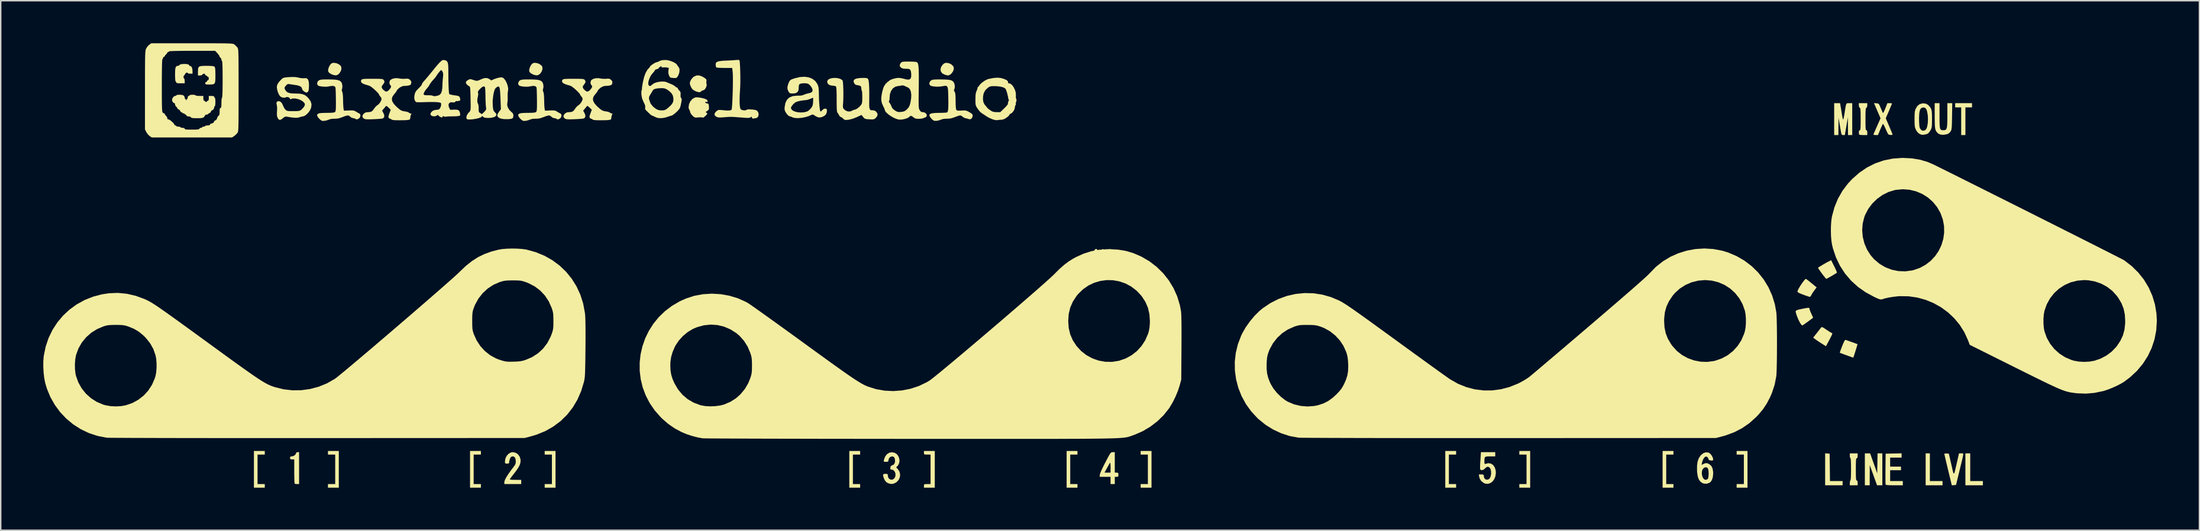
<source format=kicad_pcb>
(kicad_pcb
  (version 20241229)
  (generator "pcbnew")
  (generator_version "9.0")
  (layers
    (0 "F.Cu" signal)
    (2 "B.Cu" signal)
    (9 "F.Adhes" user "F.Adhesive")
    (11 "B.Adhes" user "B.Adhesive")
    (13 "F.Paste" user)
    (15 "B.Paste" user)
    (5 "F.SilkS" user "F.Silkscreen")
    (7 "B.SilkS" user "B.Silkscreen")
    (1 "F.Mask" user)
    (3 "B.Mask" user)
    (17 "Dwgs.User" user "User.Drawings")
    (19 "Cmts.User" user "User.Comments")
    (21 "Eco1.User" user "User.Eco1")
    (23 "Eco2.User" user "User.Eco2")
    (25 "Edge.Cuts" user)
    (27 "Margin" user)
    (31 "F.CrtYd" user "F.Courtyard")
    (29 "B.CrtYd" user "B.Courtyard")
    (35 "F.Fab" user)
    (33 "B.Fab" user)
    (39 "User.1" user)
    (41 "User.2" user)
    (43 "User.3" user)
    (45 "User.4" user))
  (footprint "silk"
    (layer "F.Cu")
    (at 74.414 15.626)
    (property "Reference" "silk" (at 0 -0.5 0) (unlocked yes) (layer "F.SilkS") (effects (font (size 1 1) (thickness 0.15))))
    (fp_poly (pts (xy 58.475 15.223) (xy 59.366 15.223) (xy 59.366 15.52) (xy 58.178 15.52) (xy 58.178 13.272) (xy 58.475 13.272)) (stroke (width 0) (type solid)) (fill yes) (layer "F.SilkS"))
    (fp_poly (pts (xy 61.316 15.223) (xy 62.207 15.223) (xy 62.207 15.52) (xy 60.977 15.52) (xy 60.977 13.272) (xy 61.316 13.272)) (stroke (width 0) (type solid)) (fill yes) (layer "F.SilkS"))
    (fp_poly (pts (xy -58.814 13.357) (xy -59.323 13.357) (xy -59.323 15.435) (xy -58.814 15.435) (xy -58.814 15.689) (xy -59.578 15.689) (xy -59.578 13.103) (xy -58.814 13.103)) (stroke (width 0) (type solid)) (fill yes) (layer "F.SilkS"))
    (fp_poly (pts (xy -53.599 15.689) (xy -54.362 15.689) (xy -54.362 15.435) (xy -53.853 15.435) (xy -53.853 13.357) (xy -54.362 13.357) (xy -54.362 13.103) (xy -53.599 13.103)) (stroke (width 0) (type solid)) (fill yes) (layer "F.SilkS"))
    (fp_poly (pts (xy -43.591 13.357) (xy -44.1 13.357) (xy -44.1 15.435) (xy -43.591 15.435) (xy -43.591 15.689) (xy -44.355 15.689) (xy -44.355 13.103) (xy -43.591 13.103)) (stroke (width 0) (type solid)) (fill yes) (layer "F.SilkS"))
    (fp_poly (pts (xy -38.333 15.689) (xy -39.096 15.689) (xy -39.096 15.435) (xy -38.588 15.435) (xy -38.588 13.357) (xy -39.096 13.357) (xy -39.096 13.103) (xy -38.333 13.103)) (stroke (width 0) (type solid)) (fill yes) (layer "F.SilkS"))
    (fp_poly (pts (xy -16.877 13.357) (xy -17.386 13.357) (xy -17.386 15.435) (xy -16.877 15.435) (xy -16.877 15.689) (xy -17.64 15.689) (xy -17.64 13.103) (xy -16.877 13.103)) (stroke (width 0) (type solid)) (fill yes) (layer "F.SilkS"))
    (fp_poly (pts (xy -1.569 13.357) (xy -2.078 13.357) (xy -2.078 15.435) (xy -1.569 15.435) (xy -1.569 15.689) (xy -2.332 15.689) (xy -2.332 13.103) (xy -1.569 13.103)) (stroke (width 0) (type solid)) (fill yes) (layer "F.SilkS"))
    (fp_poly (pts (xy 3.647 15.689) (xy 2.883 15.689) (xy 2.883 15.435) (xy 3.392 15.435) (xy 3.392 13.357) (xy 2.883 13.357) (xy 2.883 13.103) (xy 3.647 13.103)) (stroke (width 0) (type solid)) (fill yes) (layer "F.SilkS"))
    (fp_poly (pts (xy 25.103 13.357) (xy 24.594 13.357) (xy 24.594 15.435) (xy 25.103 15.435) (xy 25.103 15.689) (xy 24.34 15.689) (xy 24.34 13.103) (xy 25.103 13.103)) (stroke (width 0) (type solid)) (fill yes) (layer "F.SilkS"))
    (fp_poly (pts (xy 30.319 15.689) (xy 29.556 15.689) (xy 29.556 15.435) (xy 30.064 15.435) (xy 30.064 13.357) (xy 29.556 13.357) (xy 29.556 13.103) (xy 30.319 13.103)) (stroke (width 0) (type solid)) (fill yes) (layer "F.SilkS"))
    (fp_poly (pts (xy 40.411 13.357) (xy 39.902 13.357) (xy 39.902 15.435) (xy 40.411 15.435) (xy 40.411 15.689) (xy 39.648 15.689) (xy 39.648 13.103) (xy 40.411 13.103)) (stroke (width 0) (type solid)) (fill yes) (layer "F.SilkS"))
    (fp_poly (pts (xy 45.627 15.689) (xy 44.863 15.689) (xy 44.863 15.435) (xy 45.372 15.435) (xy 45.372 13.357) (xy 44.863 13.357) (xy 44.863 13.103) (xy 45.627 13.103)) (stroke (width 0) (type solid)) (fill yes) (layer "F.SilkS"))
    (fp_poly (pts (xy 51.256 13.28) (xy 51.415 13.294) (xy 51.426 14.258) (xy 51.438 15.223) (xy 52.327 15.223) (xy 52.327 15.52) (xy 51.097 15.52) (xy 51.097 13.267)) (stroke (width 0) (type solid)) (fill yes) (layer "F.SilkS"))
    (fp_poly (pts (xy 61.443 -11.11) (xy 60.977 -11.11) (xy 60.977 -9.159) (xy 60.68 -9.159) (xy 60.68 -11.11) (xy 60.256 -11.11) (xy 60.256 -11.407) (xy 61.443 -11.407)) (stroke (width 0) (type solid)) (fill yes) (layer "F.SilkS"))
    (fp_poly (pts (xy 54.515 13.974) (xy 54.765 14.676) (xy 54.776 13.974) (xy 54.788 13.272) (xy 55.125 13.272) (xy 55.125 15.52) (xy 54.753 15.52) (xy 54.24 14.099) (xy 54.237 14.81) (xy 54.235 15.52) (xy 53.895 15.52) (xy 53.895 13.272) (xy 54.266 13.272)) (stroke (width 0) (type solid)) (fill yes) (layer "F.SilkS"))
    (fp_poly (pts (xy -11.619 15.689) (xy -12.382 15.689) (xy -12.382 15.562) (xy -12.378 15.49) (xy -12.352 15.452) (xy -12.284 15.437) (xy -12.152 15.435) (xy -12.149 15.435) (xy -11.916 15.435) (xy -11.916 13.357) (xy -12.149 13.357) (xy -12.282 13.355) (xy -12.351 13.341) (xy -12.378 13.304) (xy -12.382 13.232) (xy -12.382 13.103) (xy -11.619 13.103)) (stroke (width 0) (type solid)) (fill yes) (layer "F.SilkS"))
    (fp_poly (pts (xy -10.608 -14.217) (xy -10.449 -14.135) (xy -10.328 -14.02) (xy -10.288 -13.944) (xy -10.279 -13.81) (xy -10.328 -13.662) (xy -10.418 -13.523) (xy -10.533 -13.416) (xy -10.658 -13.362) (xy -10.698 -13.361) (xy -10.769 -13.374) (xy -10.882 -13.404) (xy -10.915 -13.414) (xy -11.084 -13.5) (xy -11.186 -13.628) (xy -11.217 -13.783) (xy -11.175 -13.953) (xy -11.065 -14.116) (xy -10.959 -14.209) (xy -10.844 -14.245) (xy -10.779 -14.248)) (stroke (width 0) (type solid)) (fill yes) (layer "F.SilkS"))
    (fp_poly (pts (xy 56.482 13.569) (xy 55.676 13.569) (xy 55.676 14.205) (xy 56.44 14.205) (xy 56.44 14.46) (xy 55.676 14.46) (xy 55.676 15.223) (xy 56.567 15.223) (xy 56.567 15.52) (xy 55.972 15.52) (xy 55.717 15.518) (xy 55.537 15.51) (xy 55.423 15.497) (xy 55.366 15.478) (xy 55.356 15.466) (xy 55.351 15.41) (xy 55.347 15.282) (xy 55.345 15.093) (xy 55.344 14.856) (xy 55.345 14.582) (xy 55.347 14.353) (xy 55.358 13.294) (xy 56.482 13.27)) (stroke (width 0) (type solid)) (fill yes) (layer "F.SilkS"))
    (fp_poly (pts (xy -53.76 -14.22) (xy -53.599 -14.148) (xy -53.476 -14.047) (xy -53.428 -13.97) (xy -53.414 -13.825) (xy -53.459 -13.663) (xy -53.553 -13.515) (xy -53.603 -13.466) (xy -53.702 -13.394) (xy -53.794 -13.367) (xy -53.911 -13.378) (xy -54.023 -13.407) (xy -54.155 -13.463) (xy -54.268 -13.539) (xy -54.27 -13.541) (xy -54.335 -13.618) (xy -54.352 -13.706) (xy -54.342 -13.801) (xy -54.297 -13.95) (xy -54.22 -14.093) (xy -54.209 -14.109) (xy -54.122 -14.203) (xy -54.028 -14.242) (xy -53.93 -14.248)) (stroke (width 0) (type solid)) (fill yes) (layer "F.SilkS"))
    (fp_poly (pts (xy -39.597 -14.22) (xy -39.437 -14.148) (xy -39.313 -14.047) (xy -39.265 -13.97) (xy -39.251 -13.825) (xy -39.296 -13.663) (xy -39.39 -13.515) (xy -39.44 -13.466) (xy -39.539 -13.394) (xy -39.631 -13.367) (xy -39.748 -13.378) (xy -39.86 -13.407) (xy -39.992 -13.463) (xy -40.106 -13.539) (xy -40.107 -13.541) (xy -40.172 -13.618) (xy -40.19 -13.706) (xy -40.179 -13.801) (xy -40.134 -13.95) (xy -40.057 -14.093) (xy -40.046 -14.109) (xy -39.959 -14.203) (xy -39.865 -14.242) (xy -39.767 -14.248)) (stroke (width 0) (type solid)) (fill yes) (layer "F.SilkS"))
    (fp_poly (pts (xy -56.397 15.435) (xy -56.539 15.435) (xy -56.643 15.427) (xy -56.706 15.408) (xy -56.708 15.407) (xy -56.717 15.358) (xy -56.725 15.237) (xy -56.731 15.058) (xy -56.735 14.834) (xy -56.737 14.579) (xy -56.737 14.538) (xy -56.737 13.696) (xy -56.885 13.696) (xy -56.985 13.689) (xy -57.026 13.653) (xy -57.033 13.59) (xy -57.02 13.515) (xy -56.961 13.487) (xy -56.906 13.484) (xy -56.785 13.455) (xy -56.678 13.382) (xy -56.616 13.289) (xy -56.609 13.251) (xy -56.572 13.2) (xy -56.503 13.188) (xy -56.397 13.188)) (stroke (width 0) (type solid)) (fill yes) (layer "F.SilkS"))
    (fp_poly (pts (xy 50.916 4.386) (xy 51.003 4.435) (xy 51.139 4.525) (xy 51.199 4.565) (xy 51.347 4.663) (xy 51.47 4.739) (xy 51.551 4.784) (xy 51.571 4.792) (xy 51.598 4.804) (xy 51.598 4.847) (xy 51.568 4.931) (xy 51.503 5.067) (xy 51.4 5.264) (xy 51.38 5.301) (xy 51.155 5.721) (xy 50.902 5.564) (xy 50.735 5.457) (xy 50.562 5.341) (xy 50.451 5.263) (xy 50.253 5.119) (xy 50.489 4.818) (xy 50.604 4.671) (xy 50.706 4.541) (xy 50.778 4.448) (xy 50.794 4.427) (xy 50.827 4.387) (xy 50.863 4.372)) (stroke (width 0) (type solid)) (fill yes) (layer "F.SilkS"))
    (fp_poly (pts (xy 49.782 1.001) (xy 49.878 1.07) (xy 50.008 1.172) (xy 50.135 1.276) (xy 50.497 1.576) (xy 50.346 1.774) (xy 50.249 1.91) (xy 50.164 2.044) (xy 50.129 2.11) (xy 50.074 2.2) (xy 50.025 2.244) (xy 50.018 2.245) (xy 49.962 2.23) (xy 49.844 2.192) (xy 49.686 2.137) (xy 49.56 2.092) (xy 49.356 2.013) (xy 49.226 1.951) (xy 49.16 1.901) (xy 49.146 1.869) (xy 49.169 1.789) (xy 49.229 1.666) (xy 49.316 1.516) (xy 49.418 1.357) (xy 49.523 1.206) (xy 49.62 1.081) (xy 49.697 0.999) (xy 49.737 0.975)) (stroke (width 0) (type solid)) (fill yes) (layer "F.SilkS"))
    (fp_poly (pts (xy 51.735 0.089) (xy 51.819 0.261) (xy 51.883 0.404) (xy 51.921 0.503) (xy 51.928 0.54) (xy 51.878 0.576) (xy 51.776 0.639) (xy 51.643 0.719) (xy 51.497 0.804) (xy 51.359 0.882) (xy 51.249 0.942) (xy 51.185 0.973) (xy 51.179 0.975) (xy 51.142 0.943) (xy 51.067 0.856) (xy 50.966 0.727) (xy 50.863 0.59) (xy 50.752 0.436) (xy 50.664 0.309) (xy 50.609 0.223) (xy 50.595 0.193) (xy 50.659 0.147) (xy 50.774 0.074) (xy 50.921 -0.015) (xy 51.075 -0.105) (xy 51.216 -0.184) (xy 51.298 -0.228) (xy 51.52 -0.34)) (stroke (width 0) (type solid)) (fill yes) (layer "F.SilkS"))
    (fp_poly (pts (xy -28.009 -13.288) (xy -27.897 -13.223) (xy -27.778 -13.142) (xy -27.716 -13.082) (xy -27.697 -13.021) (xy -27.706 -12.937) (xy -27.712 -12.825) (xy -27.694 -12.748) (xy -27.691 -12.744) (xy -27.683 -12.673) (xy -27.719 -12.55) (xy -27.733 -12.518) (xy -27.803 -12.394) (xy -27.883 -12.33) (xy -27.94 -12.313) (xy -28.037 -12.277) (xy -28.089 -12.229) (xy -28.15 -12.18) (xy -28.27 -12.183) (xy -28.444 -12.238) (xy -28.5 -12.262) (xy -28.646 -12.347) (xy -28.744 -12.459) (xy -28.786 -12.537) (xy -28.841 -12.664) (xy -28.873 -12.773) (xy -28.877 -12.806) (xy -28.843 -12.956) (xy -28.752 -13.114) (xy -28.625 -13.248) (xy -28.593 -13.272) (xy -28.411 -13.356) (xy -28.219 -13.361)) (stroke (width 0) (type solid)) (fill yes) (layer "F.SilkS"))
    (fp_poly (pts (xy 49.98 3.027) (xy 49.994 3.072) (xy 49.994 3.079) (xy 50.012 3.156) (xy 50.058 3.282) (xy 50.122 3.428) (xy 50.184 3.563) (xy 50.23 3.664) (xy 50.249 3.711) (xy 50.249 3.711) (xy 50.217 3.739) (xy 50.133 3.804) (xy 50.014 3.892) (xy 49.876 3.992) (xy 49.738 4.092) (xy 49.616 4.178) (xy 49.527 4.238) (xy 49.499 4.255) (xy 49.45 4.237) (xy 49.377 4.149) (xy 49.318 4.054) (xy 49.232 3.887) (xy 49.15 3.699) (xy 49.081 3.515) (xy 49.034 3.359) (xy 49.019 3.263) (xy 49.039 3.219) (xy 49.11 3.179) (xy 49.244 3.139) (xy 49.326 3.12) (xy 49.509 3.08) (xy 49.686 3.046) (xy 49.814 3.024) (xy 49.928 3.013)) (stroke (width 0) (type solid)) (fill yes) (layer "F.SilkS"))
    (fp_poly (pts (xy 52.539 5.274) (xy 52.598 5.294) (xy 52.711 5.334) (xy 52.858 5.387) (xy 53.018 5.444) (xy 53.169 5.499) (xy 53.292 5.544) (xy 53.364 5.571) (xy 53.375 5.575) (xy 53.367 5.615) (xy 53.338 5.715) (xy 53.296 5.858) (xy 53.245 6.023) (xy 53.192 6.191) (xy 53.143 6.343) (xy 53.104 6.46) (xy 53.081 6.523) (xy 53.078 6.528) (xy 53.037 6.514) (xy 52.932 6.477) (xy 52.78 6.423) (xy 52.609 6.362) (xy 52.426 6.295) (xy 52.274 6.239) (xy 52.171 6.199) (xy 52.133 6.181) (xy 52.141 6.137) (xy 52.175 6.032) (xy 52.23 5.88) (xy 52.296 5.71) (xy 52.382 5.501) (xy 52.447 5.364) (xy 52.497 5.291) (xy 52.536 5.274)) (stroke (width 0) (type solid)) (fill yes) (layer "F.SilkS"))
    (fp_poly (pts (xy 60.803 13.275) (xy 60.819 13.299) (xy 60.821 13.35) (xy 60.81 13.436) (xy 60.784 13.566) (xy 60.742 13.747) (xy 60.683 13.99) (xy 60.607 14.301) (xy 60.558 14.502) (xy 60.316 15.499) (xy 60.168 15.511) (xy 60.019 15.524) (xy 59.755 14.43) (xy 59.685 14.137) (xy 59.622 13.871) (xy 59.568 13.644) (xy 59.527 13.465) (xy 59.501 13.348) (xy 59.492 13.302) (xy 59.53 13.283) (xy 59.622 13.279) (xy 59.652 13.28) (xy 59.811 13.294) (xy 59.985 14.057) (xy 60.044 14.318) (xy 60.089 14.513) (xy 60.124 14.64) (xy 60.155 14.697) (xy 60.185 14.681) (xy 60.219 14.592) (xy 60.262 14.427) (xy 60.318 14.183) (xy 60.388 13.877) (xy 60.526 13.272) (xy 60.687 13.272) (xy 60.736 13.27) (xy 60.775 13.268)) (stroke (width 0) (type solid)) (fill yes) (layer "F.SilkS"))
    (fp_poly (pts (xy 1.06 14.629) (xy 1.187 14.629) (xy 1.273 14.638) (xy 1.308 14.68) (xy 1.315 14.778) (xy 1.307 14.878) (xy 1.271 14.918) (xy 1.187 14.926) (xy 1.06 14.926) (xy 1.06 15.435) (xy 0.763 15.435) (xy 0.763 14.926) (xy 0 14.926) (xy 0 14.797) (xy 0.021 14.708) (xy 0.052 14.629) (xy 0.337 14.629) (xy 0.763 14.629) (xy 0.763 14.26) (xy 0.76 14.101) (xy 0.75 13.986) (xy 0.735 13.932) (xy 0.728 13.932) (xy 0.692 13.986) (xy 0.629 14.094) (xy 0.548 14.239) (xy 0.514 14.301) (xy 0.337 14.629) (xy 0.052 14.629) (xy 0.081 14.553) (xy 0.178 14.341) (xy 0.308 14.078) (xy 0.385 13.927) (xy 0.517 13.674) (xy 0.617 13.487) (xy 0.692 13.355) (xy 0.749 13.269) (xy 0.794 13.219) (xy 0.836 13.195) (xy 0.88 13.188) (xy 0.915 13.188) (xy 1.06 13.188)) (stroke (width 0) (type solid)) (fill yes) (layer "F.SilkS"))
    (fp_poly (pts (xy 52.798 -11.407) (xy 53.005 -11.407) (xy 53.005 -9.159) (xy 52.708 -9.159) (xy 52.703 -9.785) (xy 52.699 -10.41) (xy 52.591 -9.785) (xy 52.484 -9.159) (xy 52.367 -9.159) (xy 52.304 -9.165) (xy 52.264 -9.193) (xy 52.237 -9.262) (xy 52.211 -9.391) (xy 52.202 -9.445) (xy 52.168 -9.643) (xy 52.128 -9.87) (xy 52.096 -10.05) (xy 52.039 -10.368) (xy 52.034 -9.764) (xy 52.03 -9.159) (xy 51.733 -9.159) (xy 51.733 -11.407) (xy 52.148 -11.407) (xy 52.194 -11.142) (xy 52.225 -10.96) (xy 52.26 -10.742) (xy 52.291 -10.547) (xy 52.318 -10.398) (xy 52.345 -10.293) (xy 52.366 -10.249) (xy 52.371 -10.25) (xy 52.388 -10.303) (xy 52.415 -10.422) (xy 52.446 -10.587) (xy 52.472 -10.749) (xy 52.511 -10.997) (xy 52.54 -11.174) (xy 52.567 -11.291) (xy 52.596 -11.361) (xy 52.634 -11.395) (xy 52.687 -11.407) (xy 52.761 -11.407)) (stroke (width 0) (type solid)) (fill yes) (layer "F.SilkS"))
    (fp_poly (pts (xy 53.387 13.442) (xy 53.376 13.56) (xy 53.341 13.609) (xy 53.323 13.612) (xy 53.3 13.622) (xy 53.284 13.661) (xy 53.272 13.74) (xy 53.265 13.868) (xy 53.261 14.056) (xy 53.259 14.316) (xy 53.259 14.396) (xy 53.26 14.676) (xy 53.263 14.882) (xy 53.27 15.025) (xy 53.28 15.115) (xy 53.295 15.163) (xy 53.317 15.18) (xy 53.323 15.181) (xy 53.367 15.209) (xy 53.385 15.301) (xy 53.387 15.35) (xy 53.387 15.52) (xy 52.835 15.52) (xy 52.835 15.35) (xy 52.845 15.244) (xy 52.868 15.185) (xy 52.878 15.181) (xy 52.894 15.139) (xy 52.906 15.018) (xy 52.915 14.824) (xy 52.92 14.561) (xy 52.92 14.396) (xy 52.918 14.099) (xy 52.911 13.868) (xy 52.901 13.708) (xy 52.887 13.623) (xy 52.878 13.612) (xy 52.851 13.574) (xy 52.836 13.48) (xy 52.835 13.442) (xy 52.835 13.272) (xy 53.387 13.272)) (stroke (width 0) (type solid)) (fill yes) (layer "F.SilkS"))
    (fp_poly (pts (xy 59.154 -10.519) (xy 59.154 -10.199) (xy 59.159 -9.954) (xy 59.169 -9.774) (xy 59.189 -9.649) (xy 59.22 -9.569) (xy 59.265 -9.524) (xy 59.327 -9.504) (xy 59.409 -9.499) (xy 59.43 -9.498) (xy 59.515 -9.504) (xy 59.581 -9.525) (xy 59.629 -9.573) (xy 59.663 -9.657) (xy 59.685 -9.787) (xy 59.698 -9.972) (xy 59.704 -10.223) (xy 59.705 -10.547) (xy 59.705 -11.407) (xy 60.05 -11.407) (xy 60.036 -10.484) (xy 60.031 -10.176) (xy 60.025 -9.94) (xy 60.017 -9.765) (xy 60.006 -9.638) (xy 59.99 -9.548) (xy 59.97 -9.483) (xy 59.943 -9.43) (xy 59.942 -9.428) (xy 59.859 -9.324) (xy 59.767 -9.252) (xy 59.76 -9.248) (xy 59.605 -9.202) (xy 59.42 -9.179) (xy 59.255 -9.186) (xy 59.242 -9.188) (xy 59.06 -9.264) (xy 58.929 -9.406) (xy 58.882 -9.502) (xy 58.857 -9.579) (xy 58.84 -9.682) (xy 58.827 -9.822) (xy 58.819 -10.011) (xy 58.815 -10.263) (xy 58.814 -10.538) (xy 58.814 -11.407) (xy 59.154 -11.407)) (stroke (width 0) (type solid)) (fill yes) (layer "F.SilkS"))
    (fp_poly (pts (xy 54.065 -11.257) (xy 54.047 -11.137) (xy 54.002 -11.083) (xy 53.979 -11.062) (xy 53.962 -11.013) (xy 53.95 -10.923) (xy 53.943 -10.784) (xy 53.939 -10.582) (xy 53.938 -10.308) (xy 53.938 -10.278) (xy 53.939 -9.999) (xy 53.942 -9.794) (xy 53.948 -9.652) (xy 53.959 -9.563) (xy 53.974 -9.515) (xy 53.995 -9.499) (xy 54.002 -9.498) (xy 54.046 -9.47) (xy 54.064 -9.378) (xy 54.065 -9.329) (xy 54.065 -9.159) (xy 53.797 -9.159) (xy 53.653 -9.163) (xy 53.545 -9.174) (xy 53.5 -9.188) (xy 53.48 -9.246) (xy 53.472 -9.349) (xy 53.471 -9.357) (xy 53.487 -9.464) (xy 53.535 -9.498) (xy 53.535 -9.498) (xy 53.558 -9.509) (xy 53.575 -9.548) (xy 53.586 -9.627) (xy 53.593 -9.755) (xy 53.597 -9.944) (xy 53.599 -10.204) (xy 53.599 -10.278) (xy 53.598 -10.56) (xy 53.594 -10.768) (xy 53.587 -10.913) (xy 53.576 -11.006) (xy 53.56 -11.059) (xy 53.537 -11.082) (xy 53.535 -11.083) (xy 53.487 -11.144) (xy 53.471 -11.257) (xy 53.471 -11.407) (xy 54.065 -11.407)) (stroke (width 0) (type solid)) (fill yes) (layer "F.SilkS"))
    (fp_poly (pts (xy -64.383 -14.166) (xy -64.258 -14.152) (xy -64.176 -14.125) (xy -64.157 -14.099) (xy -64.123 -14.045) (xy -64.088 -14.036) (xy -63.995 -13.997) (xy -63.932 -13.887) (xy -63.905 -13.716) (xy -63.904 -13.686) (xy -63.903 -13.484) (xy -64.072 -13.484) (xy -64.179 -13.494) (xy -64.238 -13.517) (xy -64.242 -13.527) (xy -64.275 -13.568) (xy -64.288 -13.569) (xy -64.359 -13.537) (xy -64.428 -13.467) (xy -64.454 -13.403) (xy -64.485 -13.359) (xy -64.496 -13.357) (xy -64.528 -13.321) (xy -64.539 -13.251) (xy -64.524 -13.172) (xy -64.496 -13.145) (xy -64.47 -13.108) (xy -64.455 -13.014) (xy -64.454 -12.976) (xy -64.454 -12.806) (xy -64.751 -12.806) (xy -64.912 -12.81) (xy -65.004 -12.823) (xy -65.043 -12.85) (xy -65.048 -12.87) (xy -65.071 -12.926) (xy -65.09 -12.933) (xy -65.109 -12.974) (xy -65.123 -13.089) (xy -65.131 -13.269) (xy -65.133 -13.424) (xy -65.129 -13.667) (xy -65.115 -13.837) (xy -65.087 -13.947) (xy -65.04 -14.008) (xy -64.971 -14.033) (xy -64.928 -14.036) (xy -64.848 -14.064) (xy -64.82 -14.099) (xy -64.769 -14.135) (xy -64.663 -14.158) (xy -64.526 -14.168)) (stroke (width 0) (type solid)) (fill yes) (layer "F.SilkS"))
    (fp_poly (pts (xy -62.675 -14.033) (xy -62.513 -14.023) (xy -62.411 -14.005) (xy -62.355 -13.978) (xy -62.352 -13.975) (xy -62.325 -13.926) (xy -62.307 -13.833) (xy -62.296 -13.685) (xy -62.292 -13.469) (xy -62.291 -13.378) (xy -62.293 -13.13) (xy -62.303 -12.953) (xy -62.329 -12.837) (xy -62.38 -12.768) (xy -62.463 -12.734) (xy -62.586 -12.722) (xy -62.712 -12.721) (xy -62.869 -12.723) (xy -62.96 -12.734) (xy -63.001 -12.757) (xy -63.012 -12.798) (xy -63.012 -12.806) (xy -62.986 -12.875) (xy -62.949 -12.891) (xy -62.893 -12.925) (xy -62.885 -12.954) (xy -62.851 -13.011) (xy -62.822 -13.018) (xy -62.771 -13.056) (xy -62.758 -13.145) (xy -62.777 -13.246) (xy -62.822 -13.272) (xy -62.878 -13.295) (xy -62.885 -13.315) (xy -62.919 -13.352) (xy -62.949 -13.357) (xy -63.005 -13.391) (xy -63.012 -13.421) (xy -63.048 -13.473) (xy -63.098 -13.484) (xy -63.18 -13.457) (xy -63.209 -13.421) (xy -63.27 -13.373) (xy -63.377 -13.357) (xy -63.521 -13.357) (xy -63.52 -13.622) (xy -63.515 -13.784) (xy -63.496 -13.897) (xy -63.448 -13.97) (xy -63.358 -14.011) (xy -63.214 -14.03) (xy -63.003 -14.036) (xy -62.909 -14.036)) (stroke (width 0) (type solid)) (fill yes) (layer "F.SilkS"))
    (fp_poly (pts (xy -41.148 13.227) (xy -40.982 13.334) (xy -40.861 13.495) (xy -40.799 13.696) (xy -40.794 13.781) (xy -40.808 13.931) (xy -40.853 14.082) (xy -40.937 14.249) (xy -41.066 14.446) (xy -41.249 14.687) (xy -41.254 14.693) (xy -41.374 14.846) (xy -41.471 14.976) (xy -41.535 15.068) (xy -41.556 15.106) (xy -41.517 15.12) (xy -41.411 15.131) (xy -41.257 15.137) (xy -41.153 15.138) (xy -40.75 15.138) (xy -40.75 15.435) (xy -41.938 15.435) (xy -41.938 15.292) (xy -41.908 15.167) (xy -41.819 14.986) (xy -41.675 14.755) (xy -41.478 14.476) (xy -41.325 14.276) (xy -41.222 14.136) (xy -41.163 14.03) (xy -41.137 13.93) (xy -41.132 13.823) (xy -41.155 13.651) (xy -41.219 13.535) (xy -41.314 13.481) (xy -41.429 13.501) (xy -41.458 13.518) (xy -41.517 13.591) (xy -41.567 13.713) (xy -41.596 13.848) (xy -41.598 13.89) (xy -41.61 13.96) (xy -41.661 13.989) (xy -41.747 13.993) (xy -41.844 13.987) (xy -41.886 13.952) (xy -41.895 13.863) (xy -41.895 13.837) (xy -41.862 13.628) (xy -41.771 13.442) (xy -41.636 13.296) (xy -41.472 13.207) (xy -41.347 13.188)) (stroke (width 0) (type solid)) (fill yes) (layer "F.SilkS"))
    (fp_poly (pts (xy -28.19 -11.801) (xy -28.015 -11.769) (xy -27.851 -11.726) (xy -27.723 -11.678) (xy -27.659 -11.634) (xy -27.61 -11.547) (xy -27.632 -11.503) (xy -27.719 -11.491) (xy -27.795 -11.483) (xy -27.796 -11.454) (xy -27.785 -11.442) (xy -27.704 -11.399) (xy -27.638 -11.386) (xy -27.58 -11.372) (xy -27.549 -11.326) (xy -27.533 -11.226) (xy -27.529 -11.16) (xy -27.525 -11.028) (xy -27.543 -10.951) (xy -27.593 -10.897) (xy -27.647 -10.862) (xy -27.73 -10.807) (xy -27.748 -10.772) (xy -27.708 -10.733) (xy -27.694 -10.724) (xy -27.65 -10.686) (xy -27.646 -10.648) (xy -27.691 -10.59) (xy -27.776 -10.506) (xy -27.87 -10.426) (xy -27.941 -10.386) (xy -27.965 -10.388) (xy -28.018 -10.406) (xy -28.131 -10.41) (xy -28.258 -10.403) (xy -28.407 -10.392) (xy -28.503 -10.398) (xy -28.577 -10.432) (xy -28.661 -10.501) (xy -28.683 -10.521) (xy -28.792 -10.646) (xy -28.848 -10.764) (xy -28.851 -10.783) (xy -28.877 -10.888) (xy -28.913 -10.95) (xy -28.949 -11.026) (xy -28.962 -11.126) (xy -28.928 -11.34) (xy -28.837 -11.536) (xy -28.702 -11.694) (xy -28.537 -11.794) (xy -28.471 -11.812) (xy -28.35 -11.818)) (stroke (width 0) (type solid)) (fill yes) (layer "F.SilkS"))
    (fp_poly (pts (xy 54.709 -11.398) (xy 54.793 -11.389) (xy 54.852 -11.367) (xy 54.899 -11.315) (xy 54.949 -11.217) (xy 55.016 -11.058) (xy 55.081 -10.905) (xy 55.134 -10.784) (xy 55.168 -10.716) (xy 55.173 -10.708) (xy 55.198 -10.735) (xy 55.244 -10.825) (xy 55.305 -10.961) (xy 55.34 -11.046) (xy 55.484 -11.407) (xy 55.644 -11.407) (xy 55.746 -11.401) (xy 55.801 -11.387) (xy 55.804 -11.382) (xy 55.788 -11.336) (xy 55.745 -11.228) (xy 55.68 -11.072) (xy 55.601 -10.885) (xy 55.586 -10.849) (xy 55.367 -10.341) (xy 55.608 -9.782) (xy 55.693 -9.58) (xy 55.766 -9.405) (xy 55.818 -9.273) (xy 55.845 -9.199) (xy 55.847 -9.189) (xy 55.809 -9.169) (xy 55.717 -9.166) (xy 55.691 -9.167) (xy 55.62 -9.176) (xy 55.567 -9.199) (xy 55.52 -9.25) (xy 55.469 -9.345) (xy 55.401 -9.497) (xy 55.368 -9.572) (xy 55.295 -9.734) (xy 55.232 -9.86) (xy 55.186 -9.933) (xy 55.169 -9.945) (xy 55.14 -9.9) (xy 55.088 -9.794) (xy 55.022 -9.646) (xy 54.977 -9.542) (xy 54.817 -9.159) (xy 54.648 -9.159) (xy 54.535 -9.169) (xy 54.498 -9.199) (xy 54.501 -9.212) (xy 54.525 -9.269) (xy 54.577 -9.387) (xy 54.649 -9.551) (xy 54.735 -9.745) (xy 54.76 -9.802) (xy 54.999 -10.34) (xy 54.768 -10.876) (xy 54.537 -11.411)) (stroke (width 0) (type solid)) (fill yes) (layer "F.SilkS"))
    (fp_poly (pts (xy 27.859 13.484) (xy 27.504 13.484) (xy 27.316 13.487) (xy 27.197 13.504) (xy 27.131 13.547) (xy 27.103 13.632) (xy 27.096 13.772) (xy 27.096 13.832) (xy 27.1 13.956) (xy 27.115 14.014) (xy 27.149 14.02) (xy 27.17 14.013) (xy 27.371 13.963) (xy 27.552 13.991) (xy 27.704 14.087) (xy 27.818 14.245) (xy 27.886 14.456) (xy 27.902 14.637) (xy 27.872 14.881) (xy 27.789 15.09) (xy 27.665 15.256) (xy 27.509 15.369) (xy 27.332 15.42) (xy 27.146 15.4) (xy 27.057 15.363) (xy 26.874 15.225) (xy 26.761 15.038) (xy 26.729 14.915) (xy 26.703 14.757) (xy 26.879 14.757) (xy 26.99 14.761) (xy 27.04 14.787) (xy 27.053 14.849) (xy 27.054 14.877) (xy 27.087 15.014) (xy 27.17 15.101) (xy 27.282 15.13) (xy 27.4 15.094) (xy 27.475 15.027) (xy 27.534 14.902) (xy 27.565 14.735) (xy 27.566 14.558) (xy 27.537 14.4) (xy 27.479 14.291) (xy 27.478 14.29) (xy 27.378 14.219) (xy 27.281 14.221) (xy 27.171 14.299) (xy 27.136 14.336) (xy 27.027 14.427) (xy 26.924 14.454) (xy 26.898 14.452) (xy 26.854 14.446) (xy 26.823 14.431) (xy 26.802 14.397) (xy 26.791 14.333) (xy 26.789 14.226) (xy 26.795 14.068) (xy 26.808 13.846) (xy 26.826 13.58) (xy 26.852 13.188) (xy 27.859 13.188)) (stroke (width 0) (type solid)) (fill yes) (layer "F.SilkS"))
    (fp_poly (pts (xy 42.88 13.217) (xy 42.907 13.228) (xy 43.012 13.305) (xy 43.112 13.433) (xy 43.185 13.578) (xy 43.21 13.694) (xy 43.199 13.754) (xy 43.15 13.776) (xy 43.051 13.773) (xy 42.94 13.753) (xy 42.889 13.708) (xy 42.879 13.668) (xy 42.831 13.555) (xy 42.743 13.499) (xy 42.665 13.504) (xy 42.585 13.566) (xy 42.507 13.69) (xy 42.444 13.853) (xy 42.419 13.952) (xy 42.392 14.087) (xy 42.523 14.019) (xy 42.669 13.962) (xy 42.795 13.965) (xy 42.937 14.031) (xy 42.947 14.037) (xy 43.081 14.159) (xy 43.167 14.334) (xy 43.206 14.572) (xy 43.21 14.693) (xy 43.187 14.939) (xy 43.122 15.144) (xy 43.021 15.292) (xy 42.964 15.337) (xy 42.773 15.408) (xy 42.573 15.406) (xy 42.447 15.362) (xy 42.3 15.256) (xy 42.194 15.103) (xy 42.122 14.893) (xy 42.087 14.649) (xy 42.407 14.649) (xy 42.424 14.812) (xy 42.472 14.962) (xy 42.548 15.077) (xy 42.644 15.135) (xy 42.675 15.138) (xy 42.779 15.11) (xy 42.833 15.068) (xy 42.87 14.975) (xy 42.889 14.807) (xy 42.892 14.693) (xy 42.881 14.484) (xy 42.846 14.347) (xy 42.781 14.271) (xy 42.682 14.248) (xy 42.678 14.248) (xy 42.581 14.281) (xy 42.488 14.364) (xy 42.426 14.492) (xy 42.407 14.649) (xy 42.087 14.649) (xy 42.082 14.615) (xy 42.073 14.481) (xy 42.074 14.137) (xy 42.112 13.858) (xy 42.191 13.628) (xy 42.314 13.437) (xy 42.346 13.399) (xy 42.516 13.258) (xy 42.697 13.197)) (stroke (width 0) (type solid)) (fill yes) (layer "F.SilkS"))
    (fp_poly (pts (xy 58.176 -11.376) (xy 58.354 -11.281) (xy 58.499 -11.116) (xy 58.539 -11.046) (xy 58.574 -10.965) (xy 58.598 -10.874) (xy 58.613 -10.757) (xy 58.621 -10.595) (xy 58.623 -10.371) (xy 58.624 -10.283) (xy 58.622 -10.041) (xy 58.617 -9.866) (xy 58.606 -9.74) (xy 58.586 -9.646) (xy 58.556 -9.567) (xy 58.528 -9.51) (xy 58.449 -9.388) (xy 58.366 -9.292) (xy 58.337 -9.269) (xy 58.202 -9.213) (xy 58.036 -9.181) (xy 57.886 -9.184) (xy 57.862 -9.189) (xy 57.693 -9.27) (xy 57.556 -9.419) (xy 57.491 -9.534) (xy 57.45 -9.626) (xy 57.423 -9.718) (xy 57.406 -9.83) (xy 57.397 -9.981) (xy 57.394 -10.19) (xy 57.394 -10.283) (xy 57.394 -10.296) (xy 57.712 -10.296) (xy 57.716 -10.088) (xy 57.726 -9.9) (xy 57.741 -9.755) (xy 57.756 -9.681) (xy 57.84 -9.537) (xy 57.952 -9.467) (xy 58.08 -9.475) (xy 58.178 -9.532) (xy 58.243 -9.629) (xy 58.293 -9.792) (xy 58.326 -10.002) (xy 58.34 -10.24) (xy 58.331 -10.489) (xy 58.316 -10.621) (xy 58.274 -10.845) (xy 58.216 -10.994) (xy 58.137 -11.077) (xy 58.031 -11.103) (xy 57.99 -11.101) (xy 57.886 -11.071) (xy 57.81 -10.997) (xy 57.758 -10.87) (xy 57.726 -10.681) (xy 57.713 -10.421) (xy 57.712 -10.296) (xy 57.394 -10.296) (xy 57.396 -10.522) (xy 57.403 -10.695) (xy 57.417 -10.823) (xy 57.442 -10.924) (xy 57.479 -11.019) (xy 57.485 -11.032) (xy 57.602 -11.219) (xy 57.754 -11.335) (xy 57.955 -11.392) (xy 57.977 -11.394)) (stroke (width 0) (type solid)) (fill yes) (layer "F.SilkS"))
    (fp_poly (pts (xy -14.444 13.232) (xy -14.41 13.247) (xy -14.26 13.361) (xy -14.158 13.524) (xy -14.108 13.713) (xy -14.114 13.906) (xy -14.182 14.08) (xy -14.229 14.141) (xy -14.338 14.258) (xy -14.229 14.373) (xy -14.108 14.553) (xy -14.06 14.754) (xy -14.08 14.956) (xy -14.165 15.143) (xy -14.31 15.297) (xy -14.448 15.377) (xy -14.582 15.421) (xy -14.708 15.425) (xy -14.866 15.389) (xy -15.023 15.31) (xy -15.14 15.168) (xy -15.204 15.024) (xy -15.253 14.869) (xy -15.261 14.776) (xy -15.222 14.73) (xy -15.132 14.715) (xy -15.096 14.714) (xy -14.987 14.719) (xy -14.939 14.746) (xy -14.926 14.814) (xy -14.926 14.841) (xy -14.894 14.985) (xy -14.81 15.083) (xy -14.697 15.129) (xy -14.574 15.113) (xy -14.464 15.028) (xy -14.463 15.027) (xy -14.396 14.89) (xy -14.384 14.74) (xy -14.42 14.597) (xy -14.497 14.484) (xy -14.608 14.423) (xy -14.656 14.417) (xy -14.728 14.407) (xy -14.752 14.359) (xy -14.749 14.28) (xy -14.719 14.171) (xy -14.652 14.127) (xy -14.651 14.127) (xy -14.514 14.066) (xy -14.436 13.944) (xy -14.417 13.814) (xy -14.436 13.637) (xy -14.494 13.529) (xy -14.597 13.486) (xy -14.628 13.484) (xy -14.754 13.523) (xy -14.846 13.622) (xy -14.884 13.761) (xy -14.884 13.77) (xy -14.895 13.832) (xy -14.942 13.859) (xy -15.05 13.866) (xy -15.057 13.866) (xy -15.166 13.863) (xy -15.211 13.84) (xy -15.211 13.779) (xy -15.2 13.728) (xy -15.119 13.503) (xy -14.992 13.334) (xy -14.829 13.228) (xy -14.643 13.192)) (stroke (width 0) (type solid)) (fill yes) (layer "F.SilkS"))
    (fp_poly (pts (xy -54.317 -13.079) (xy -54.027 -13.073) (xy -53.808 -13.058) (xy -53.647 -13.029) (xy -53.533 -12.985) (xy -53.452 -12.921) (xy -53.41 -12.867) (xy -53.365 -12.751) (xy -53.346 -12.603) (xy -53.356 -12.463) (xy -53.382 -12.388) (xy -53.391 -12.303) (xy -53.361 -12.218) (xy -53.328 -12.104) (xy -53.307 -11.908) (xy -53.297 -11.633) (xy -53.297 -11.619) (xy -53.293 -11.41) (xy -53.284 -11.222) (xy -53.274 -11.076) (xy -53.264 -11.004) (xy -53.237 -10.877) (xy -52.886 -10.892) (xy -52.705 -10.897) (xy -52.583 -10.89) (xy -52.492 -10.867) (xy -52.407 -10.823) (xy -52.378 -10.804) (xy -52.263 -10.734) (xy -52.168 -10.683) (xy -52.146 -10.674) (xy -52.087 -10.613) (xy -52.076 -10.513) (xy -52.113 -10.403) (xy -52.157 -10.347) (xy -52.256 -10.281) (xy -52.357 -10.263) (xy -52.429 -10.298) (xy -52.433 -10.304) (xy -52.49 -10.335) (xy -52.576 -10.347) (xy -52.702 -10.383) (xy -52.794 -10.454) (xy -52.859 -10.511) (xy -52.931 -10.538) (xy -53.025 -10.532) (xy -53.16 -10.494) (xy -53.351 -10.421) (xy -53.394 -10.404) (xy -53.608 -10.334) (xy -53.806 -10.31) (xy -53.891 -10.311) (xy -54.117 -10.301) (xy -54.278 -10.255) (xy -54.439 -10.196) (xy -54.603 -10.161) (xy -54.739 -10.155) (xy -54.786 -10.164) (xy -54.886 -10.225) (xy -54.991 -10.323) (xy -55.078 -10.433) (xy -55.123 -10.528) (xy -55.125 -10.547) (xy -55.112 -10.613) (xy -55.063 -10.66) (xy -54.97 -10.693) (xy -54.82 -10.712) (xy -54.603 -10.721) (xy -54.424 -10.723) (xy -54.192 -10.727) (xy -54.031 -10.736) (xy -53.928 -10.754) (xy -53.869 -10.78) (xy -53.86 -10.788) (xy -53.837 -10.825) (xy -53.821 -10.889) (xy -53.81 -10.994) (xy -53.804 -11.149) (xy -53.803 -11.367) (xy -53.804 -11.648) (xy -53.808 -11.904) (xy -53.813 -12.134) (xy -53.82 -12.323) (xy -53.828 -12.457) (xy -53.835 -12.52) (xy -53.9 -12.594) (xy -54.025 -12.625) (xy -54.195 -12.609) (xy -54.258 -12.594) (xy -54.413 -12.569) (xy -54.605 -12.565) (xy -54.801 -12.579) (xy -54.967 -12.61) (xy -55.049 -12.641) (xy -55.115 -12.718) (xy -55.125 -12.826) (xy -55.082 -12.936) (xy -55.01 -13.006) (xy -54.95 -13.038) (xy -54.87 -13.059) (xy -54.755 -13.072) (xy -54.589 -13.078) (xy -54.357 -13.079)) (stroke (width 0) (type solid)) (fill yes) (layer "F.SilkS"))
    (fp_poly (pts (xy -40.154 -13.079) (xy -39.864 -13.073) (xy -39.645 -13.058) (xy -39.485 -13.029) (xy -39.37 -12.985) (xy -39.289 -12.921) (xy -39.247 -12.867) (xy -39.202 -12.751) (xy -39.183 -12.603) (xy -39.193 -12.463) (xy -39.219 -12.388) (xy -39.228 -12.303) (xy -39.198 -12.218) (xy -39.165 -12.104) (xy -39.144 -11.908) (xy -39.134 -11.633) (xy -39.134 -11.619) (xy -39.13 -11.41) (xy -39.121 -11.222) (xy -39.111 -11.076) (xy -39.101 -11.004) (xy -39.074 -10.877) (xy -38.723 -10.892) (xy -38.543 -10.897) (xy -38.42 -10.89) (xy -38.329 -10.867) (xy -38.244 -10.823) (xy -38.215 -10.804) (xy -38.101 -10.734) (xy -38.005 -10.683) (xy -37.983 -10.674) (xy -37.924 -10.613) (xy -37.913 -10.513) (xy -37.95 -10.403) (xy -37.994 -10.347) (xy -38.093 -10.281) (xy -38.194 -10.263) (xy -38.266 -10.298) (xy -38.27 -10.304) (xy -38.327 -10.335) (xy -38.413 -10.347) (xy -38.539 -10.383) (xy -38.631 -10.454) (xy -38.696 -10.511) (xy -38.768 -10.538) (xy -38.862 -10.532) (xy -38.997 -10.494) (xy -39.188 -10.421) (xy -39.231 -10.404) (xy -39.445 -10.334) (xy -39.643 -10.31) (xy -39.728 -10.311) (xy -39.954 -10.301) (xy -40.115 -10.255) (xy -40.276 -10.196) (xy -40.44 -10.161) (xy -40.576 -10.155) (xy -40.623 -10.164) (xy -40.723 -10.225) (xy -40.828 -10.323) (xy -40.915 -10.433) (xy -40.96 -10.528) (xy -40.962 -10.547) (xy -40.949 -10.613) (xy -40.9 -10.66) (xy -40.807 -10.693) (xy -40.657 -10.712) (xy -40.44 -10.721) (xy -40.261 -10.723) (xy -40.029 -10.727) (xy -39.868 -10.736) (xy -39.765 -10.754) (xy -39.706 -10.78) (xy -39.697 -10.788) (xy -39.674 -10.825) (xy -39.658 -10.889) (xy -39.647 -10.994) (xy -39.641 -11.149) (xy -39.64 -11.367) (xy -39.641 -11.648) (xy -39.645 -11.904) (xy -39.651 -12.134) (xy -39.657 -12.323) (xy -39.665 -12.457) (xy -39.672 -12.52) (xy -39.737 -12.594) (xy -39.862 -12.625) (xy -40.032 -12.609) (xy -40.095 -12.594) (xy -40.25 -12.569) (xy -40.442 -12.565) (xy -40.638 -12.579) (xy -40.804 -12.61) (xy -40.886 -12.641) (xy -40.952 -12.718) (xy -40.962 -12.826) (xy -40.919 -12.936) (xy -40.847 -13.006) (xy -40.787 -13.038) (xy -40.707 -13.059) (xy -40.592 -13.072) (xy -40.426 -13.078) (xy -40.194 -13.079)) (stroke (width 0) (type solid)) (fill yes) (layer "F.SilkS"))
    (fp_poly (pts (xy -11.175 -13.077) (xy -10.892 -13.072) (xy -10.679 -13.058) (xy -10.525 -13.034) (xy -10.415 -12.996) (xy -10.337 -12.941) (xy -10.279 -12.87) (xy -10.233 -12.758) (xy -10.211 -12.617) (xy -10.214 -12.482) (xy -10.244 -12.385) (xy -10.253 -12.374) (xy -10.271 -12.312) (xy -10.227 -12.219) (xy -10.196 -12.156) (xy -10.175 -12.065) (xy -10.162 -11.933) (xy -10.155 -11.743) (xy -10.153 -11.55) (xy -10.148 -11.274) (xy -10.135 -11.079) (xy -10.114 -10.961) (xy -10.098 -10.926) (xy -10.05 -10.893) (xy -9.967 -10.878) (xy -9.828 -10.88) (xy -9.734 -10.886) (xy -9.567 -10.895) (xy -9.45 -10.889) (xy -9.35 -10.859) (xy -9.232 -10.8) (xy -9.185 -10.773) (xy -9.052 -10.691) (xy -8.979 -10.626) (xy -8.95 -10.56) (xy -8.947 -10.52) (xy -8.978 -10.402) (xy -9.034 -10.324) (xy -9.106 -10.274) (xy -9.183 -10.273) (xy -9.259 -10.296) (xy -9.374 -10.331) (xy -9.463 -10.347) (xy -9.466 -10.347) (xy -9.541 -10.372) (xy -9.64 -10.437) (xy -9.664 -10.456) (xy -9.73 -10.507) (xy -9.788 -10.535) (xy -9.859 -10.538) (xy -9.958 -10.514) (xy -10.105 -10.461) (xy -10.254 -10.404) (xy -10.475 -10.334) (xy -10.677 -10.31) (xy -10.764 -10.311) (xy -10.993 -10.301) (xy -11.153 -10.255) (xy -11.342 -10.188) (xy -11.523 -10.158) (xy -11.667 -10.169) (xy -11.686 -10.176) (xy -11.78 -10.238) (xy -11.88 -10.339) (xy -11.96 -10.45) (xy -11.999 -10.544) (xy -12 -10.555) (xy -11.977 -10.621) (xy -11.901 -10.669) (xy -11.765 -10.7) (xy -11.56 -10.718) (xy -11.314 -10.723) (xy -11.114 -10.726) (xy -10.942 -10.732) (xy -10.817 -10.741) (xy -10.762 -10.75) (xy -10.725 -10.782) (xy -10.696 -10.851) (xy -10.677 -10.966) (xy -10.666 -11.135) (xy -10.662 -11.368) (xy -10.665 -11.673) (xy -10.668 -11.828) (xy -10.675 -12.116) (xy -10.685 -12.329) (xy -10.704 -12.477) (xy -10.738 -12.57) (xy -10.791 -12.618) (xy -10.868 -12.631) (xy -10.976 -12.619) (xy -11.083 -12.598) (xy -11.287 -12.573) (xy -11.506 -12.569) (xy -11.712 -12.586) (xy -11.876 -12.622) (xy -11.926 -12.643) (xy -11.991 -12.718) (xy -12.001 -12.824) (xy -11.958 -12.934) (xy -11.886 -13.006) (xy -11.827 -13.037) (xy -11.749 -13.058) (xy -11.638 -13.071) (xy -11.478 -13.077) (xy -11.253 -13.078)) (stroke (width 0) (type solid)) (fill yes) (layer "F.SilkS"))
    (fp_poly (pts (xy -25.435 -14.453) (xy -25.386 -14.437) (xy -25.368 -14.404) (xy -25.366 -14.39) (xy -25.348 -14.203) (xy -25.333 -13.953) (xy -25.323 -13.662) (xy -25.317 -13.351) (xy -25.315 -13.042) (xy -25.318 -12.758) (xy -25.326 -12.518) (xy -25.331 -12.446) (xy -25.356 -12.031) (xy -25.367 -11.677) (xy -25.364 -11.388) (xy -25.347 -11.17) (xy -25.316 -11.027) (xy -25.289 -10.977) (xy -25.205 -10.927) (xy -25.086 -10.9) (xy -24.967 -10.9) (xy -24.882 -10.929) (xy -24.867 -10.945) (xy -24.813 -10.964) (xy -24.701 -10.97) (xy -24.556 -10.965) (xy -24.402 -10.95) (xy -24.266 -10.927) (xy -24.172 -10.899) (xy -24.167 -10.896) (xy -24.101 -10.832) (xy -24.046 -10.734) (xy -24.024 -10.602) (xy -24.056 -10.476) (xy -24.131 -10.382) (xy -24.232 -10.347) (xy -24.343 -10.335) (xy -24.403 -10.32) (xy -24.466 -10.326) (xy -24.496 -10.385) (xy -24.522 -10.449) (xy -24.563 -10.437) (xy -24.591 -10.413) (xy -24.63 -10.388) (xy -24.688 -10.373) (xy -24.781 -10.368) (xy -24.923 -10.373) (xy -25.127 -10.386) (xy -25.253 -10.396) (xy -25.517 -10.416) (xy -25.715 -10.43) (xy -25.868 -10.439) (xy -25.993 -10.441) (xy -26.11 -10.439) (xy -26.238 -10.431) (xy -26.397 -10.418) (xy -26.463 -10.413) (xy -26.664 -10.398) (xy -26.804 -10.397) (xy -26.903 -10.41) (xy -26.984 -10.439) (xy -27.003 -10.448) (xy -27.111 -10.536) (xy -27.137 -10.64) (xy -27.081 -10.757) (xy -27.004 -10.834) (xy -26.928 -10.893) (xy -26.86 -10.924) (xy -26.772 -10.931) (xy -26.637 -10.921) (xy -26.569 -10.914) (xy -26.298 -10.89) (xy -26.103 -10.89) (xy -25.979 -10.913) (xy -25.935 -10.94) (xy -25.92 -10.995) (xy -25.905 -11.122) (xy -25.891 -11.309) (xy -25.878 -11.542) (xy -25.866 -11.809) (xy -25.856 -12.098) (xy -25.848 -12.395) (xy -25.842 -12.688) (xy -25.84 -12.964) (xy -25.84 -13.211) (xy -25.844 -13.415) (xy -25.852 -13.565) (xy -25.855 -13.59) (xy -25.888 -13.887) (xy -26.418 -13.888) (xy -26.625 -13.891) (xy -26.803 -13.898) (xy -26.934 -13.908) (xy -26.999 -13.921) (xy -27.001 -13.922) (xy -27.036 -13.983) (xy -27.053 -14.091) (xy -27.054 -14.114) (xy -27.043 -14.225) (xy -26.996 -14.29) (xy -26.916 -14.332) (xy -26.809 -14.361) (xy -26.646 -14.385) (xy -26.456 -14.4) (xy -26.396 -14.403) (xy -26.172 -14.411) (xy -25.931 -14.424) (xy -25.72 -14.439) (xy -25.695 -14.441) (xy -25.532 -14.453)) (stroke (width 0) (type solid)) (fill yes) (layer "F.SilkS"))
    (fp_poly (pts (xy -63.782 -11.993) (xy -63.705 -11.973) (xy -63.691 -11.958) (xy -63.652 -11.936) (xy -63.549 -11.921) (xy -63.415 -11.916) (xy -63.14 -11.916) (xy -63.14 -11.746) (xy -63.129 -11.628) (xy -63.094 -11.579) (xy -63.076 -11.576) (xy -63.02 -11.553) (xy -63.012 -11.534) (xy -62.978 -11.496) (xy -62.949 -11.491) (xy -62.892 -11.514) (xy -62.885 -11.534) (xy -62.851 -11.572) (xy -62.822 -11.576) (xy -62.777 -11.604) (xy -62.759 -11.697) (xy -62.758 -11.746) (xy -62.758 -11.916) (xy -62.567 -11.916) (xy -62.441 -11.907) (xy -62.384 -11.879) (xy -62.376 -11.852) (xy -62.353 -11.795) (xy -62.334 -11.788) (xy -62.312 -11.749) (xy -62.297 -11.644) (xy -62.291 -11.492) (xy -62.291 -11.491) (xy -62.297 -11.339) (xy -62.312 -11.234) (xy -62.334 -11.195) (xy -62.334 -11.195) (xy -62.368 -11.159) (xy -62.376 -11.107) (xy -62.405 -11.007) (xy -62.473 -10.926) (xy -62.543 -10.898) (xy -62.586 -10.865) (xy -62.588 -10.852) (xy -62.62 -10.78) (xy -62.691 -10.712) (xy -62.755 -10.686) (xy -62.798 -10.655) (xy -62.8 -10.643) (xy -62.837 -10.612) (xy -62.906 -10.601) (xy -62.986 -10.586) (xy -63.012 -10.559) (xy -63.04 -10.5) (xy -63.097 -10.431) (xy -63.149 -10.391) (xy -63.219 -10.366) (xy -63.326 -10.352) (xy -63.49 -10.347) (xy -63.586 -10.347) (xy -63.784 -10.349) (xy -63.911 -10.359) (xy -63.983 -10.378) (xy -64.014 -10.408) (xy -64.015 -10.41) (xy -64.075 -10.458) (xy -64.183 -10.474) (xy -64.291 -10.488) (xy -64.327 -10.535) (xy -64.327 -10.537) (xy -64.361 -10.594) (xy -64.39 -10.601) (xy -64.447 -10.624) (xy -64.454 -10.643) (xy -64.49 -10.678) (xy -64.539 -10.686) (xy -64.608 -10.704) (xy -64.624 -10.728) (xy -64.658 -10.766) (xy -64.687 -10.771) (xy -64.744 -10.795) (xy -64.751 -10.816) (xy -64.783 -10.888) (xy -64.854 -10.956) (xy -64.918 -10.983) (xy -64.959 -11.016) (xy -64.963 -11.037) (xy -64.994 -11.101) (xy -65.048 -11.152) (xy -65.114 -11.238) (xy -65.133 -11.31) (xy -65.149 -11.385) (xy -65.178 -11.407) (xy -65.26 -11.444) (xy -65.323 -11.535) (xy -65.345 -11.636) (xy -65.315 -11.758) (xy -65.241 -11.859) (xy -65.147 -11.913) (xy -65.123 -11.916) (xy -65.06 -11.935) (xy -65.048 -11.958) (xy -65.009 -11.981) (xy -64.91 -11.996) (xy -64.811 -12) (xy -64.625 -11.984) (xy -64.51 -11.932) (xy -64.458 -11.84) (xy -64.454 -11.791) (xy -64.438 -11.721) (xy -64.415 -11.704) (xy -64.372 -11.669) (xy -64.356 -11.629) (xy -64.34 -11.577) (xy -64.333 -11.607) (xy -64.332 -11.629) (xy -64.308 -11.692) (xy -64.284 -11.704) (xy -64.253 -11.74) (xy -64.242 -11.81) (xy -64.22 -11.895) (xy -64.178 -11.916) (xy -64.122 -11.938) (xy -64.115 -11.958) (xy -64.077 -11.982) (xy -63.979 -11.997) (xy -63.903 -12)) (stroke (width 0) (type solid)) (fill yes) (layer "F.SilkS"))
    (fp_poly (pts (xy -18.433 -13.165) (xy -18.264 -13.113) (xy -18.136 -13.03) (xy -18.116 -13.008) (xy -18.098 -12.945) (xy -18.083 -12.814) (xy -18.071 -12.63) (xy -18.063 -12.41) (xy -18.058 -12.169) (xy -18.058 -11.924) (xy -18.062 -11.691) (xy -18.071 -11.486) (xy -18.081 -11.364) (xy -18.093 -11.192) (xy -18.078 -11.076) (xy -18.025 -10.989) (xy -17.925 -10.906) (xy -17.896 -10.885) (xy -17.75 -10.825) (xy -17.59 -10.82) (xy -17.454 -10.87) (xy -17.447 -10.875) (xy -17.352 -10.925) (xy -17.291 -10.939) (xy -17.172 -10.974) (xy -17.03 -11.064) (xy -16.888 -11.193) (xy -16.851 -11.235) (xy -16.796 -11.305) (xy -16.76 -11.371) (xy -16.74 -11.454) (xy -16.73 -11.574) (xy -16.727 -11.751) (xy -16.726 -11.82) (xy -16.728 -12.005) (xy -16.736 -12.155) (xy -16.748 -12.253) (xy -16.758 -12.281) (xy -16.781 -12.334) (xy -16.792 -12.434) (xy -16.792 -12.449) (xy -16.806 -12.559) (xy -16.859 -12.618) (xy -16.901 -12.637) (xy -17.024 -12.67) (xy -17.112 -12.679) (xy -17.216 -12.716) (xy -17.298 -12.81) (xy -17.337 -12.932) (xy -17.336 -12.984) (xy -17.284 -13.073) (xy -17.155 -13.136) (xy -16.948 -13.173) (xy -16.698 -13.185) (xy -16.529 -13.184) (xy -16.423 -13.174) (xy -16.36 -13.15) (xy -16.319 -13.107) (xy -16.309 -13.092) (xy -16.281 -13.002) (xy -16.259 -12.832) (xy -16.243 -12.588) (xy -16.234 -12.275) (xy -16.233 -11.9) (xy -16.238 -11.466) (xy -16.238 -11.451) (xy -16.238 -11.219) (xy -16.223 -11.06) (xy -16.186 -10.962) (xy -16.123 -10.913) (xy -16.029 -10.902) (xy -15.978 -10.906) (xy -15.853 -10.881) (xy -15.738 -10.798) (xy -15.663 -10.681) (xy -15.647 -10.602) (xy -15.683 -10.484) (xy -15.771 -10.371) (xy -15.839 -10.311) (xy -15.905 -10.277) (xy -15.992 -10.263) (xy -16.126 -10.264) (xy -16.22 -10.269) (xy -16.387 -10.279) (xy -16.494 -10.296) (xy -16.566 -10.329) (xy -16.627 -10.386) (xy -16.664 -10.431) (xy -16.783 -10.576) (xy -17.117 -10.419) (xy -17.406 -10.305) (xy -17.668 -10.241) (xy -17.712 -10.235) (xy -17.859 -10.223) (xy -17.95 -10.229) (xy -18.014 -10.26) (xy -18.076 -10.32) (xy -18.163 -10.395) (xy -18.237 -10.431) (xy -18.244 -10.431) (xy -18.303 -10.467) (xy -18.358 -10.553) (xy -18.36 -10.557) (xy -18.416 -10.662) (xy -18.472 -10.732) (xy -18.492 -10.766) (xy -18.508 -10.834) (xy -18.519 -10.948) (xy -18.526 -11.117) (xy -18.529 -11.35) (xy -18.531 -11.658) (xy -18.532 -11.988) (xy -18.538 -12.24) (xy -18.548 -12.42) (xy -18.562 -12.532) (xy -18.58 -12.584) (xy -18.581 -12.586) (xy -18.655 -12.619) (xy -18.771 -12.636) (xy -18.796 -12.636) (xy -18.977 -12.662) (xy -19.11 -12.733) (xy -19.186 -12.838) (xy -19.19 -12.966) (xy -19.186 -12.981) (xy -19.115 -13.075) (xy -18.984 -13.141) (xy -18.813 -13.178) (xy -18.623 -13.186)) (stroke (width 0) (type solid)) (fill yes) (layer "F.SilkS"))
    (fp_poly (pts (xy -6.946 -13.175) (xy -6.932 -13.172) (xy -6.7 -13.098) (xy -6.543 -13.021) (xy -6.465 -12.942) (xy -6.459 -12.888) (xy -6.456 -12.824) (xy -6.389 -12.806) (xy -6.386 -12.806) (xy -6.272 -12.767) (xy -6.158 -12.663) (xy -6.053 -12.513) (xy -5.969 -12.336) (xy -5.916 -12.151) (xy -5.905 -11.976) (xy -5.906 -11.964) (xy -5.91 -11.831) (xy -5.892 -11.724) (xy -5.882 -11.699) (xy -5.857 -11.608) (xy -5.885 -11.516) (xy -5.914 -11.416) (xy -5.911 -11.348) (xy -5.916 -11.279) (xy -5.934 -11.26) (xy -5.966 -11.202) (xy -5.979 -11.101) (xy -6.009 -10.97) (xy -6.086 -10.832) (xy -6.187 -10.718) (xy -6.276 -10.665) (xy -6.344 -10.621) (xy -6.361 -10.584) (xy -6.393 -10.532) (xy -6.476 -10.453) (xy -6.561 -10.387) (xy -6.721 -10.289) (xy -6.869 -10.244) (xy -6.953 -10.237) (xy -7.091 -10.228) (xy -7.204 -10.213) (xy -7.23 -10.207) (xy -7.313 -10.209) (xy -7.444 -10.236) (xy -7.569 -10.276) (xy -7.741 -10.349) (xy -7.91 -10.438) (xy -8 -10.495) (xy -8.132 -10.586) (xy -8.261 -10.668) (xy -8.304 -10.693) (xy -8.395 -10.765) (xy -8.503 -10.884) (xy -8.595 -11.007) (xy -8.668 -11.12) (xy -8.715 -11.21) (xy -8.741 -11.301) (xy -8.753 -11.416) (xy -8.756 -11.581) (xy -8.756 -11.648) (xy -8.223 -11.648) (xy -8.188 -11.459) (xy -8.109 -11.307) (xy -8.061 -11.248) (xy -7.981 -11.157) (xy -7.93 -11.091) (xy -7.923 -11.078) (xy -7.882 -11.036) (xy -7.794 -10.965) (xy -7.718 -10.91) (xy -7.586 -10.83) (xy -7.464 -10.789) (xy -7.308 -10.775) (xy -7.269 -10.774) (xy -7.011 -10.771) (xy -6.724 -11.044) (xy -6.603 -11.168) (xy -6.513 -11.273) (xy -6.468 -11.344) (xy -6.466 -11.363) (xy -6.468 -11.428) (xy -6.434 -11.526) (xy -6.43 -11.534) (xy -6.398 -11.619) (xy -6.402 -11.66) (xy -6.406 -11.661) (xy -6.437 -11.697) (xy -6.445 -11.757) (xy -6.457 -11.844) (xy -6.488 -11.982) (xy -6.531 -12.143) (xy -6.533 -12.15) (xy -6.582 -12.305) (xy -6.626 -12.402) (xy -6.68 -12.46) (xy -6.76 -12.504) (xy -6.799 -12.521) (xy -6.965 -12.567) (xy -7.189 -12.596) (xy -7.34 -12.605) (xy -7.524 -12.607) (xy -7.649 -12.599) (xy -7.739 -12.576) (xy -7.82 -12.534) (xy -7.852 -12.513) (xy -8.049 -12.334) (xy -8.171 -12.115) (xy -8.218 -11.894) (xy -8.223 -11.648) (xy -8.756 -11.648) (xy -8.756 -11.679) (xy -8.752 -11.907) (xy -8.737 -12.071) (xy -8.708 -12.19) (xy -8.682 -12.251) (xy -8.633 -12.366) (xy -8.609 -12.463) (xy -8.608 -12.473) (xy -8.592 -12.539) (xy -8.573 -12.552) (xy -8.53 -12.585) (xy -8.48 -12.659) (xy -8.396 -12.763) (xy -8.261 -12.879) (xy -8.102 -12.989) (xy -7.944 -13.074) (xy -7.846 -13.109) (xy -7.482 -13.18) (xy -7.183 -13.202)) (stroke (width 0) (type solid)) (fill yes) (layer "F.SilkS"))
    (fp_poly (pts (xy -20.499 -13.226) (xy -20.243 -13.125) (xy -20.037 -12.967) (xy -19.888 -12.754) (xy -19.875 -12.726) (xy -19.835 -12.619) (xy -19.808 -12.5) (xy -19.792 -12.347) (xy -19.784 -12.14) (xy -19.782 -12.022) (xy -19.775 -11.729) (xy -19.762 -11.457) (xy -19.744 -11.219) (xy -19.723 -11.025) (xy -19.699 -10.887) (xy -19.674 -10.819) (xy -19.665 -10.813) (xy -19.613 -10.843) (xy -19.543 -10.916) (xy -19.541 -10.919) (xy -19.448 -10.995) (xy -19.345 -11.024) (xy -19.258 -11.002) (xy -19.223 -10.957) (xy -19.215 -10.872) (xy -19.23 -10.753) (xy -19.234 -10.735) (xy -19.288 -10.612) (xy -19.39 -10.518) (xy -19.442 -10.486) (xy -19.639 -10.405) (xy -19.817 -10.402) (xy -19.994 -10.478) (xy -20.044 -10.511) (xy -20.155 -10.584) (xy -20.23 -10.606) (xy -20.294 -10.587) (xy -20.494 -10.495) (xy -20.732 -10.423) (xy -20.984 -10.374) (xy -21.23 -10.352) (xy -21.446 -10.358) (xy -21.612 -10.396) (xy -21.636 -10.407) (xy -21.753 -10.457) (xy -21.848 -10.481) (xy -21.936 -10.529) (xy -22.039 -10.641) (xy -22.079 -10.697) (xy -22.157 -10.825) (xy -22.194 -10.93) (xy -22.2 -11.053) (xy -22.198 -11.076) (xy -21.753 -11.076) (xy -21.714 -10.967) (xy -21.607 -10.876) (xy -21.448 -10.807) (xy -21.253 -10.763) (xy -21.037 -10.749) (xy -20.816 -10.766) (xy -20.622 -10.815) (xy -20.519 -10.875) (xy -20.404 -10.976) (xy -20.349 -11.037) (xy -20.269 -11.148) (xy -20.223 -11.252) (xy -20.2 -11.383) (xy -20.191 -11.501) (xy -20.186 -11.645) (xy -20.187 -11.748) (xy -20.196 -11.788) (xy -20.196 -11.788) (xy -20.244 -11.772) (xy -20.342 -11.731) (xy -20.402 -11.704) (xy -20.549 -11.652) (xy -20.695 -11.621) (xy -20.736 -11.618) (xy -20.857 -11.608) (xy -21.021 -11.583) (xy -21.159 -11.557) (xy -21.329 -11.512) (xy -21.449 -11.456) (xy -21.554 -11.367) (xy -21.594 -11.327) (xy -21.683 -11.217) (xy -21.741 -11.119) (xy -21.753 -11.076) (xy -22.198 -11.076) (xy -22.194 -11.135) (xy -22.142 -11.42) (xy -22.036 -11.64) (xy -21.874 -11.798) (xy -21.653 -11.895) (xy -21.372 -11.932) (xy -21.287 -11.933) (xy -21.07 -11.939) (xy -20.92 -11.965) (xy -20.875 -11.985) (xy -20.779 -12.027) (xy -20.639 -12.071) (xy -20.557 -12.09) (xy -20.387 -12.133) (xy -20.286 -12.182) (xy -20.238 -12.249) (xy -20.227 -12.33) (xy -20.258 -12.445) (xy -20.336 -12.578) (xy -20.441 -12.699) (xy -20.534 -12.769) (xy -20.645 -12.8) (xy -20.8 -12.81) (xy -20.962 -12.801) (xy -21.093 -12.774) (xy -21.122 -12.761) (xy -21.171 -12.715) (xy -21.196 -12.631) (xy -21.202 -12.49) (xy -21.225 -12.302) (xy -21.3 -12.176) (xy -21.434 -12.107) (xy -21.632 -12.085) (xy -21.762 -12.091) (xy -21.84 -12.119) (xy -21.899 -12.185) (xy -21.923 -12.223) (xy -21.992 -12.385) (xy -21.998 -12.557) (xy -21.942 -12.761) (xy -21.913 -12.833) (xy -21.863 -12.939) (xy -21.815 -13.01) (xy -21.748 -13.06) (xy -21.642 -13.105) (xy -21.475 -13.161) (xy -21.475 -13.161) (xy -21.123 -13.246) (xy -20.794 -13.267)) (stroke (width 0) (type solid)) (fill yes) (layer "F.SilkS"))
    (fp_poly (pts (xy -56.62 -13.242) (xy -56.462 -13.212) (xy -56.452 -13.209) (xy -56.291 -13.175) (xy -56.129 -13.162) (xy -56.08 -13.163) (xy -55.958 -13.167) (xy -55.868 -13.16) (xy -55.856 -13.156) (xy -55.77 -13.078) (xy -55.717 -12.923) (xy -55.699 -12.692) (xy -55.701 -12.578) (xy -55.712 -12.401) (xy -55.731 -12.288) (xy -55.762 -12.221) (xy -55.799 -12.186) (xy -55.862 -12.154) (xy -55.928 -12.164) (xy -56.028 -12.221) (xy -56.032 -12.223) (xy -56.139 -12.313) (xy -56.183 -12.402) (xy -56.184 -12.407) (xy -56.222 -12.52) (xy -56.333 -12.605) (xy -56.52 -12.664) (xy -56.639 -12.683) (xy -56.812 -12.707) (xy -56.973 -12.731) (xy -57.072 -12.748) (xy -57.172 -12.757) (xy -57.244 -12.727) (xy -57.324 -12.643) (xy -57.333 -12.633) (xy -57.404 -12.538) (xy -57.425 -12.472) (xy -57.404 -12.402) (xy -57.391 -12.376) (xy -57.312 -12.254) (xy -57.213 -12.171) (xy -57.078 -12.119) (xy -56.89 -12.092) (xy -56.641 -12.085) (xy -56.369 -12.076) (xy -56.159 -12.041) (xy -55.991 -11.975) (xy -55.846 -11.867) (xy -55.702 -11.712) (xy -55.575 -11.52) (xy -55.522 -11.332) (xy -55.541 -11.127) (xy -55.569 -11.028) (xy -55.643 -10.879) (xy -55.754 -10.73) (xy -55.885 -10.6) (xy -56.016 -10.509) (xy -56.127 -10.474) (xy -56.227 -10.458) (xy -56.351 -10.418) (xy -56.366 -10.412) (xy -56.499 -10.38) (xy -56.688 -10.377) (xy -56.94 -10.401) (xy -57.264 -10.455) (xy -57.267 -10.455) (xy -57.366 -10.457) (xy -57.458 -10.413) (xy -57.534 -10.349) (xy -57.666 -10.249) (xy -57.768 -10.226) (xy -57.852 -10.279) (xy -57.907 -10.37) (xy -57.946 -10.478) (xy -57.961 -10.602) (xy -57.957 -10.773) (xy -57.952 -10.836) (xy -57.944 -11.017) (xy -57.95 -11.171) (xy -57.968 -11.263) (xy -57.994 -11.406) (xy -57.958 -11.506) (xy -57.873 -11.551) (xy -57.749 -11.53) (xy -57.72 -11.516) (xy -57.613 -11.415) (xy -57.533 -11.25) (xy -57.469 -11.107) (xy -57.389 -10.982) (xy -57.354 -10.943) (xy -57.299 -10.898) (xy -57.238 -10.869) (xy -57.151 -10.852) (xy -57.019 -10.845) (xy -56.823 -10.844) (xy -56.803 -10.844) (xy -56.602 -10.846) (xy -56.465 -10.853) (xy -56.373 -10.869) (xy -56.304 -10.898) (xy -56.24 -10.945) (xy -56.219 -10.962) (xy -56.115 -11.067) (xy -56.033 -11.179) (xy -56.022 -11.2) (xy -55.986 -11.297) (xy -56.001 -11.373) (xy -56.032 -11.427) (xy -56.143 -11.538) (xy -56.307 -11.632) (xy -56.498 -11.701) (xy -56.69 -11.738) (xy -56.858 -11.734) (xy -56.942 -11.707) (xy -57.011 -11.679) (xy -57.033 -11.705) (xy -57.033 -11.716) (xy -57.07 -11.78) (xy -57.153 -11.827) (xy -57.247 -11.841) (xy -57.292 -11.827) (xy -57.421 -11.789) (xy -57.572 -11.804) (xy -57.706 -11.867) (xy -57.726 -11.884) (xy -57.809 -11.998) (xy -57.884 -12.165) (xy -57.94 -12.355) (xy -57.966 -12.536) (xy -57.966 -12.564) (xy -57.926 -12.727) (xy -57.805 -12.913) (xy -57.617 -13.11) (xy -57.554 -13.16) (xy -57.481 -13.194) (xy -57.379 -13.217) (xy -57.227 -13.233) (xy -57.078 -13.243) (xy -56.818 -13.252)) (stroke (width 0) (type solid)) (fill yes) (layer "F.SilkS"))
    (fp_poly (pts (xy -13.28 -14.334) (xy -13.104 -14.327) (xy -12.975 -14.318) (xy -12.924 -14.311) (xy -12.876 -14.291) (xy -12.836 -14.254) (xy -12.805 -14.192) (xy -12.781 -14.097) (xy -12.764 -13.961) (xy -12.752 -13.778) (xy -12.746 -13.539) (xy -12.744 -13.237) (xy -12.745 -12.865) (xy -12.749 -12.488) (xy -12.753 -12.099) (xy -12.756 -11.786) (xy -12.757 -11.54) (xy -12.755 -11.35) (xy -12.751 -11.208) (xy -12.743 -11.105) (xy -12.732 -11.032) (xy -12.716 -10.978) (xy -12.697 -10.936) (xy -12.68 -10.908) (xy -12.605 -10.813) (xy -12.516 -10.775) (xy -12.447 -10.771) (xy -12.326 -10.744) (xy -12.236 -10.676) (xy -12.186 -10.587) (xy -12.185 -10.497) (xy -12.242 -10.426) (xy -12.286 -10.406) (xy -12.39 -10.365) (xy -12.434 -10.343) (xy -12.516 -10.322) (xy -12.648 -10.308) (xy -12.757 -10.304) (xy -12.913 -10.311) (xy -13.017 -10.338) (xy -13.101 -10.393) (xy -13.12 -10.41) (xy -13.24 -10.497) (xy -13.332 -10.511) (xy -13.379 -10.473) (xy -13.465 -10.397) (xy -13.611 -10.33) (xy -13.79 -10.278) (xy -13.977 -10.249) (xy -14.148 -10.25) (xy -14.163 -10.252) (xy -14.327 -10.297) (xy -14.511 -10.378) (xy -14.697 -10.483) (xy -14.87 -10.602) (xy -15.012 -10.723) (xy -15.107 -10.836) (xy -15.138 -10.921) (xy -15.157 -10.99) (xy -15.207 -11.105) (xy -15.265 -11.223) (xy -15.348 -11.415) (xy -15.366 -11.504) (xy -14.856 -11.504) (xy -14.807 -11.434) (xy -14.739 -11.332) (xy -14.679 -11.201) (xy -14.672 -11.18) (xy -14.606 -11.048) (xy -14.488 -10.935) (xy -14.423 -10.891) (xy -14.301 -10.819) (xy -14.201 -10.785) (xy -14.084 -10.782) (xy -13.98 -10.791) (xy -13.824 -10.816) (xy -13.714 -10.861) (xy -13.608 -10.944) (xy -13.568 -10.984) (xy -13.463 -11.106) (xy -13.393 -11.238) (xy -13.34 -11.417) (xy -13.337 -11.429) (xy -13.285 -11.736) (xy -13.275 -12.006) (xy -13.307 -12.23) (xy -13.379 -12.399) (xy -13.49 -12.503) (xy -13.514 -12.514) (xy -13.644 -12.571) (xy -13.752 -12.624) (xy -13.86 -12.66) (xy -13.943 -12.655) (xy -14.029 -12.634) (xy -14.157 -12.618) (xy -14.197 -12.616) (xy -14.401 -12.566) (xy -14.572 -12.447) (xy -14.7 -12.268) (xy -14.778 -12.041) (xy -14.799 -11.827) (xy -14.806 -11.689) (xy -14.825 -11.588) (xy -14.845 -11.553) (xy -14.856 -11.504) (xy -15.366 -11.504) (xy -15.388 -11.615) (xy -15.385 -11.841) (xy -15.341 -12.113) (xy -15.305 -12.267) (xy -15.245 -12.476) (xy -15.179 -12.626) (xy -15.096 -12.746) (xy -15.071 -12.774) (xy -14.983 -12.865) (xy -14.918 -12.923) (xy -14.899 -12.933) (xy -14.852 -12.962) (xy -14.825 -12.991) (xy -14.747 -13.044) (xy -14.612 -13.099) (xy -14.449 -13.147) (xy -14.284 -13.179) (xy -14.172 -13.188) (xy -14.029 -13.175) (xy -13.861 -13.142) (xy -13.799 -13.124) (xy -13.583 -13.072) (xy -13.431 -13.069) (xy -13.335 -13.122) (xy -13.286 -13.237) (xy -13.277 -13.42) (xy -13.281 -13.495) (xy -13.306 -13.668) (xy -13.358 -13.772) (xy -13.456 -13.821) (xy -13.616 -13.83) (xy -13.661 -13.828) (xy -13.846 -13.842) (xy -13.985 -13.898) (xy -14.069 -13.986) (xy -14.089 -14.096) (xy -14.034 -14.216) (xy -14.022 -14.23) (xy -13.976 -14.278) (xy -13.925 -14.308) (xy -13.85 -14.326) (xy -13.733 -14.334) (xy -13.555 -14.336) (xy -13.478 -14.336)) (stroke (width 0) (type solid)) (fill yes) (layer "F.SilkS"))
    (fp_poly (pts (xy -42.047 -13.203) (xy -41.963 -13.135) (xy -41.947 -13.118) (xy -41.847 -12.984) (xy -41.761 -12.806) (xy -41.698 -12.613) (xy -41.667 -12.432) (xy -41.676 -12.291) (xy -41.677 -12.287) (xy -41.697 -12.173) (xy -41.707 -12.011) (xy -41.703 -11.852) (xy -41.701 -11.68) (xy -41.71 -11.524) (xy -41.728 -11.424) (xy -41.738 -11.268) (xy -41.686 -11.093) (xy -41.582 -10.924) (xy -41.455 -10.799) (xy -41.352 -10.704) (xy -41.308 -10.612) (xy -41.302 -10.546) (xy -41.312 -10.427) (xy -41.349 -10.352) (xy -41.43 -10.308) (xy -41.57 -10.287) (xy -41.689 -10.279) (xy -41.961 -10.282) (xy -42.179 -10.317) (xy -42.334 -10.383) (xy -42.418 -10.475) (xy -42.421 -10.484) (xy -42.435 -10.56) (xy -42.41 -10.643) (xy -42.34 -10.757) (xy -42.32 -10.785) (xy -42.181 -10.979) (xy -42.211 -11.733) (xy -42.225 -12.038) (xy -42.241 -12.266) (xy -42.261 -12.426) (xy -42.289 -12.526) (xy -42.326 -12.575) (xy -42.375 -12.581) (xy -42.44 -12.552) (xy -42.464 -12.537) (xy -42.541 -12.478) (xy -42.597 -12.406) (xy -42.641 -12.303) (xy -42.681 -12.15) (xy -42.717 -11.971) (xy -42.762 -11.575) (xy -42.756 -11.26) (xy -42.741 -11.076) (xy -42.721 -10.953) (xy -42.689 -10.87) (xy -42.64 -10.803) (xy -42.609 -10.771) (xy -42.523 -10.675) (xy -42.494 -10.606) (xy -42.518 -10.537) (xy -42.544 -10.499) (xy -42.627 -10.439) (xy -42.763 -10.396) (xy -42.93 -10.37) (xy -43.104 -10.363) (xy -43.264 -10.375) (xy -43.387 -10.407) (xy -43.452 -10.461) (xy -43.453 -10.463) (xy -43.479 -10.504) (xy -43.516 -10.475) (xy -43.532 -10.453) (xy -43.608 -10.401) (xy -43.743 -10.353) (xy -43.916 -10.31) (xy -44.106 -10.278) (xy -44.29 -10.259) (xy -44.446 -10.256) (xy -44.554 -10.274) (xy -44.581 -10.29) (xy -44.616 -10.381) (xy -44.597 -10.506) (xy -44.53 -10.642) (xy -44.459 -10.73) (xy -44.41 -10.778) (xy -44.373 -10.819) (xy -44.346 -10.864) (xy -44.327 -10.924) (xy -44.316 -11.01) (xy -44.311 -11.133) (xy -44.311 -11.305) (xy -44.314 -11.521) (xy -43.842 -11.521) (xy -43.816 -11.403) (xy -43.795 -11.373) (xy -43.768 -11.303) (xy -43.751 -11.173) (xy -43.748 -11.043) (xy -43.746 -10.891) (xy -43.734 -10.801) (xy -43.704 -10.751) (xy -43.65 -10.718) (xy -43.574 -10.67) (xy -43.549 -10.631) (xy -43.523 -10.637) (xy -43.455 -10.692) (xy -43.375 -10.77) (xy -43.277 -10.876) (xy -43.229 -10.952) (xy -43.219 -11.029) (xy -43.232 -11.125) (xy -43.244 -11.233) (xy -43.254 -11.404) (xy -43.263 -11.616) (xy -43.268 -11.847) (xy -43.268 -11.894) (xy -43.272 -12.113) (xy -43.28 -12.304) (xy -43.291 -12.449) (xy -43.304 -12.531) (xy -43.308 -12.541) (xy -43.371 -12.589) (xy -43.459 -12.57) (xy -43.578 -12.48) (xy -43.652 -12.408) (xy -43.755 -12.294) (xy -43.8 -12.217) (xy -43.798 -12.16) (xy -43.793 -12.15) (xy -43.775 -12.044) (xy -43.799 -11.893) (xy -43.837 -11.691) (xy -43.842 -11.521) (xy -44.314 -11.521) (xy -44.315 -11.537) (xy -44.32 -11.841) (xy -44.322 -11.912) (xy -44.329 -12.19) (xy -44.34 -12.39) (xy -44.356 -12.517) (xy -44.376 -12.577) (xy -44.384 -12.583) (xy -44.493 -12.643) (xy -44.59 -12.736) (xy -44.646 -12.831) (xy -44.651 -12.863) (xy -44.613 -12.955) (xy -44.499 -13.038) (xy -44.404 -13.085) (xy -44.329 -13.099) (xy -44.238 -13.08) (xy -44.144 -13.048) (xy -43.986 -12.997) (xy -43.87 -12.982) (xy -43.761 -13.004) (xy -43.621 -13.067) (xy -43.591 -13.082) (xy -43.359 -13.169) (xy -43.16 -13.178) (xy -42.994 -13.109) (xy -42.98 -13.098) (xy -42.867 -13.009) (xy -42.658 -13.099) (xy -42.494 -13.158) (xy -42.322 -13.204) (xy -42.259 -13.215) (xy -42.132 -13.225)) (stroke (width 0) (type solid)) (fill yes) (layer "F.SilkS"))
    (fp_poly (pts (xy -49.357 -13.149) (xy -49.196 -13.125) (xy -49.011 -13.12) (xy -48.933 -13.125) (xy -48.789 -13.135) (xy -48.696 -13.122) (xy -48.619 -13.078) (xy -48.588 -13.052) (xy -48.509 -12.964) (xy -48.491 -12.869) (xy -48.497 -12.821) (xy -48.526 -12.726) (xy -48.59 -12.676) (xy -48.673 -12.653) (xy -48.793 -12.632) (xy -48.884 -12.627) (xy -48.892 -12.628) (xy -49.083 -12.613) (xy -49.276 -12.528) (xy -49.372 -12.454) (xy -49.463 -12.365) (xy -49.519 -12.293) (xy -49.528 -12.27) (xy -49.555 -12.215) (xy -49.624 -12.123) (xy -49.697 -12.038) (xy -49.816 -11.873) (xy -49.863 -11.712) (xy -49.837 -11.547) (xy -49.735 -11.37) (xy -49.556 -11.174) (xy -49.465 -11.091) (xy -49.324 -10.972) (xy -49.216 -10.898) (xy -49.114 -10.857) (xy -48.992 -10.833) (xy -48.955 -10.829) (xy -48.782 -10.795) (xy -48.668 -10.745) (xy -48.646 -10.725) (xy -48.568 -10.675) (xy -48.515 -10.676) (xy -48.47 -10.685) (xy -48.492 -10.646) (xy -48.496 -10.64) (xy -48.532 -10.56) (xy -48.557 -10.438) (xy -48.56 -10.41) (xy -48.579 -10.296) (xy -48.618 -10.244) (xy -48.659 -10.234) (xy -48.75 -10.223) (xy -48.786 -10.216) (xy -48.843 -10.211) (xy -48.966 -10.206) (xy -49.138 -10.203) (xy -49.33 -10.201) (xy -49.577 -10.203) (xy -49.746 -10.214) (xy -49.845 -10.233) (xy -49.876 -10.251) (xy -49.945 -10.299) (xy -49.973 -10.304) (xy -50.043 -10.334) (xy -50.079 -10.368) (xy -50.103 -10.419) (xy -50.098 -10.497) (xy -50.06 -10.622) (xy -50.036 -10.687) (xy -49.941 -10.942) (xy -50.1 -11.097) (xy -50.198 -11.184) (xy -50.257 -11.214) (xy -50.291 -11.193) (xy -50.293 -11.19) (xy -50.343 -11.12) (xy -50.423 -11.026) (xy -50.436 -11.012) (xy -50.507 -10.932) (xy -50.544 -10.882) (xy -50.546 -10.877) (xy -50.526 -10.833) (xy -50.477 -10.745) (xy -50.456 -10.709) (xy -50.396 -10.558) (xy -50.401 -10.432) (xy -50.47 -10.346) (xy -50.513 -10.326) (xy -50.591 -10.313) (xy -50.733 -10.3) (xy -50.922 -10.287) (xy -51.138 -10.276) (xy -51.173 -10.275) (xy -51.412 -10.268) (xy -51.582 -10.267) (xy -51.699 -10.275) (xy -51.779 -10.292) (xy -51.837 -10.32) (xy -51.84 -10.322) (xy -51.927 -10.417) (xy -51.932 -10.528) (xy -51.856 -10.651) (xy -51.841 -10.667) (xy -51.711 -10.751) (xy -51.576 -10.771) (xy -51.403 -10.782) (xy -51.285 -10.823) (xy -51.191 -10.909) (xy -51.122 -11.008) (xy -51.03 -11.13) (xy -50.93 -11.228) (xy -50.885 -11.258) (xy -50.78 -11.343) (xy -50.681 -11.47) (xy -50.61 -11.607) (xy -50.588 -11.706) (xy -50.617 -11.796) (xy -50.673 -11.873) (xy -50.735 -11.949) (xy -50.758 -12.001) (xy -50.788 -12.061) (xy -50.87 -12.157) (xy -50.985 -12.273) (xy -51.117 -12.394) (xy -51.248 -12.504) (xy -51.363 -12.588) (xy -51.441 -12.63) (xy -51.576 -12.672) (xy -51.734 -12.719) (xy -51.771 -12.73) (xy -51.932 -12.799) (xy -52.024 -12.885) (xy -52.041 -12.982) (xy -52.012 -13.042) (xy -51.984 -13.072) (xy -51.942 -13.094) (xy -51.875 -13.108) (xy -51.768 -13.117) (xy -51.609 -13.122) (xy -51.385 -13.124) (xy -51.224 -13.124) (xy -50.957 -13.123) (xy -50.763 -13.12) (xy -50.628 -13.113) (xy -50.539 -13.102) (xy -50.485 -13.084) (xy -50.451 -13.059) (xy -50.436 -13.041) (xy -50.385 -12.948) (xy -50.392 -12.862) (xy -50.459 -12.757) (xy -50.482 -12.729) (xy -50.564 -12.611) (xy -50.578 -12.514) (xy -50.522 -12.412) (xy -50.458 -12.343) (xy -50.336 -12.244) (xy -50.232 -12.222) (xy -50.127 -12.276) (xy -50.041 -12.362) (xy -49.945 -12.488) (xy -49.914 -12.579) (xy -49.945 -12.652) (xy -49.973 -12.679) (xy -50.025 -12.769) (xy -50.032 -12.892) (xy -49.995 -13.005) (xy -49.971 -13.035) (xy -49.839 -13.117) (xy -49.659 -13.163) (xy -49.462 -13.167)) (stroke (width 0) (type solid)) (fill yes) (layer "F.SilkS"))
    (fp_poly (pts (xy -35.194 -13.149) (xy -35.034 -13.125) (xy -34.848 -13.12) (xy -34.77 -13.125) (xy -34.627 -13.135) (xy -34.533 -13.122) (xy -34.456 -13.078) (xy -34.425 -13.052) (xy -34.346 -12.964) (xy -34.328 -12.869) (xy -34.334 -12.821) (xy -34.363 -12.726) (xy -34.427 -12.676) (xy -34.51 -12.653) (xy -34.63 -12.632) (xy -34.721 -12.627) (xy -34.729 -12.628) (xy -34.92 -12.613) (xy -35.113 -12.528) (xy -35.21 -12.454) (xy -35.3 -12.365) (xy -35.356 -12.293) (xy -35.365 -12.27) (xy -35.392 -12.215) (xy -35.461 -12.123) (xy -35.535 -12.038) (xy -35.653 -11.873) (xy -35.7 -11.712) (xy -35.674 -11.547) (xy -35.572 -11.37) (xy -35.394 -11.174) (xy -35.302 -11.091) (xy -35.161 -10.972) (xy -35.053 -10.898) (xy -34.951 -10.857) (xy -34.83 -10.833) (xy -34.792 -10.829) (xy -34.619 -10.795) (xy -34.505 -10.745) (xy -34.483 -10.725) (xy -34.405 -10.675) (xy -34.352 -10.676) (xy -34.307 -10.685) (xy -34.329 -10.646) (xy -34.333 -10.64) (xy -34.369 -10.56) (xy -34.394 -10.438) (xy -34.397 -10.41) (xy -34.416 -10.296) (xy -34.455 -10.244) (xy -34.496 -10.234) (xy -34.587 -10.223) (xy -34.623 -10.216) (xy -34.68 -10.211) (xy -34.803 -10.206) (xy -34.975 -10.203) (xy -35.167 -10.201) (xy -35.414 -10.203) (xy -35.583 -10.214) (xy -35.682 -10.233) (xy -35.713 -10.251) (xy -35.782 -10.299) (xy -35.81 -10.304) (xy -35.88 -10.334) (xy -35.916 -10.368) (xy -35.94 -10.419) (xy -35.935 -10.497) (xy -35.897 -10.622) (xy -35.873 -10.687) (xy -35.778 -10.942) (xy -35.937 -11.097) (xy -36.035 -11.184) (xy -36.094 -11.214) (xy -36.128 -11.193) (xy -36.13 -11.19) (xy -36.18 -11.12) (xy -36.26 -11.026) (xy -36.273 -11.012) (xy -36.344 -10.932) (xy -36.381 -10.882) (xy -36.383 -10.877) (xy -36.363 -10.833) (xy -36.314 -10.745) (xy -36.293 -10.709) (xy -36.233 -10.558) (xy -36.238 -10.432) (xy -36.307 -10.346) (xy -36.35 -10.326) (xy -36.428 -10.313) (xy -36.57 -10.3) (xy -36.759 -10.287) (xy -36.975 -10.276) (xy -37.01 -10.275) (xy -37.249 -10.268) (xy -37.419 -10.267) (xy -37.536 -10.275) (xy -37.616 -10.292) (xy -37.674 -10.32) (xy -37.677 -10.322) (xy -37.764 -10.417) (xy -37.769 -10.528) (xy -37.693 -10.651) (xy -37.678 -10.667) (xy -37.548 -10.751) (xy -37.413 -10.771) (xy -37.24 -10.782) (xy -37.122 -10.823) (xy -37.028 -10.909) (xy -36.96 -11.008) (xy -36.867 -11.13) (xy -36.767 -11.228) (xy -36.722 -11.258) (xy -36.617 -11.343) (xy -36.518 -11.47) (xy -36.447 -11.607) (xy -36.425 -11.706) (xy -36.454 -11.796) (xy -36.51 -11.873) (xy -36.572 -11.949) (xy -36.595 -12.001) (xy -36.626 -12.061) (xy -36.707 -12.157) (xy -36.822 -12.273) (xy -36.954 -12.394) (xy -37.085 -12.504) (xy -37.2 -12.588) (xy -37.278 -12.63) (xy -37.414 -12.672) (xy -37.571 -12.719) (xy -37.608 -12.73) (xy -37.769 -12.799) (xy -37.861 -12.885) (xy -37.878 -12.982) (xy -37.849 -13.042) (xy -37.821 -13.072) (xy -37.78 -13.094) (xy -37.712 -13.108) (xy -37.605 -13.117) (xy -37.446 -13.122) (xy -37.222 -13.124) (xy -37.061 -13.124) (xy -36.794 -13.123) (xy -36.6 -13.12) (xy -36.465 -13.113) (xy -36.377 -13.102) (xy -36.322 -13.084) (xy -36.288 -13.059) (xy -36.273 -13.041) (xy -36.222 -12.948) (xy -36.229 -12.862) (xy -36.296 -12.757) (xy -36.319 -12.729) (xy -36.401 -12.611) (xy -36.415 -12.514) (xy -36.359 -12.412) (xy -36.295 -12.343) (xy -36.173 -12.244) (xy -36.069 -12.222) (xy -35.964 -12.276) (xy -35.878 -12.362) (xy -35.782 -12.488) (xy -35.751 -12.579) (xy -35.782 -12.652) (xy -35.81 -12.679) (xy -35.862 -12.769) (xy -35.869 -12.892) (xy -35.832 -13.005) (xy -35.808 -13.035) (xy -35.676 -13.117) (xy -35.496 -13.163) (xy -35.299 -13.167)) (stroke (width 0) (type solid)) (fill yes) (layer "F.SilkS"))
    (fp_poly (pts (xy -46.152 -14.441) (xy -46.043 -14.407) (xy -45.967 -14.345) (xy -45.919 -14.241) (xy -45.893 -14.083) (xy -45.884 -13.856) (xy -45.884 -13.802) (xy -45.882 -13.356) (xy -45.877 -12.966) (xy -45.868 -12.638) (xy -45.857 -12.377) (xy -45.843 -12.188) (xy -45.827 -12.075) (xy -45.815 -12.045) (xy -45.754 -12.018) (xy -45.632 -11.989) (xy -45.477 -11.963) (xy -45.46 -11.961) (xy -45.282 -11.936) (xy -45.169 -11.907) (xy -45.105 -11.864) (xy -45.07 -11.797) (xy -45.051 -11.719) (xy -45.041 -11.628) (xy -45.076 -11.584) (xy -45.161 -11.561) (xy -45.264 -11.548) (xy -45.328 -11.554) (xy -45.33 -11.555) (xy -45.371 -11.541) (xy -45.39 -11.507) (xy -45.438 -11.46) (xy -45.536 -11.463) (xy -45.706 -11.469) (xy -45.82 -11.414) (xy -45.871 -11.308) (xy -45.854 -11.159) (xy -45.823 -11.083) (xy -45.754 -10.938) (xy -45.48 -10.95) (xy -45.297 -10.948) (xy -45.178 -10.917) (xy -45.107 -10.845) (xy -45.066 -10.721) (xy -45.058 -10.68) (xy -45.046 -10.578) (xy -45.07 -10.529) (xy -45.148 -10.504) (xy -45.173 -10.499) (xy -45.285 -10.487) (xy -45.448 -10.479) (xy -45.63 -10.477) (xy -45.651 -10.477) (xy -45.82 -10.475) (xy -45.963 -10.467) (xy -46.053 -10.454) (xy -46.062 -10.451) (xy -46.155 -10.451) (xy -46.199 -10.474) (xy -46.255 -10.502) (xy -46.288 -10.457) (xy -46.317 -10.405) (xy -46.361 -10.398) (xy -46.446 -10.435) (xy -46.485 -10.456) (xy -46.567 -10.514) (xy -46.602 -10.566) (xy -46.602 -10.567) (xy -46.627 -10.579) (xy -46.68 -10.544) (xy -46.792 -10.488) (xy -46.93 -10.478) (xy -47.053 -10.514) (xy -47.087 -10.54) (xy -47.138 -10.595) (xy -47.147 -10.64) (xy -47.119 -10.714) (xy -47.105 -10.745) (xy -47.018 -10.844) (xy -46.872 -10.914) (xy -46.695 -10.941) (xy -46.691 -10.941) (xy -46.589 -10.953) (xy -46.534 -10.973) (xy -46.456 -11.066) (xy -46.403 -11.206) (xy -46.39 -11.316) (xy -46.395 -11.388) (xy -46.423 -11.429) (xy -46.495 -11.453) (xy -46.63 -11.473) (xy -46.633 -11.473) (xy -46.765 -11.483) (xy -46.959 -11.487) (xy -47.19 -11.487) (xy -47.435 -11.482) (xy -47.495 -11.48) (xy -47.717 -11.473) (xy -47.91 -11.471) (xy -48.058 -11.474) (xy -48.144 -11.48) (xy -48.157 -11.484) (xy -48.243 -11.588) (xy -48.283 -11.747) (xy -48.277 -11.91) (xy -48.256 -12.017) (xy -47.622 -12.017) (xy -47.568 -11.979) (xy -47.446 -11.964) (xy -47.288 -11.964) (xy -47.141 -11.96) (xy -47.027 -11.945) (xy -46.976 -11.925) (xy -46.902 -11.9) (xy -46.779 -11.905) (xy -46.637 -11.935) (xy -46.514 -11.982) (xy -46.413 -12.079) (xy -46.344 -12.25) (xy -46.308 -12.489) (xy -46.303 -12.62) (xy -46.297 -12.796) (xy -46.282 -13.007) (xy -46.265 -13.187) (xy -46.248 -13.372) (xy -46.251 -13.499) (xy -46.276 -13.592) (xy -46.289 -13.621) (xy -46.341 -13.703) (xy -46.383 -13.739) (xy -46.384 -13.739) (xy -46.43 -13.707) (xy -46.505 -13.627) (xy -46.592 -13.52) (xy -46.674 -13.406) (xy -46.726 -13.322) (xy -46.786 -13.236) (xy -46.881 -13.123) (xy -46.943 -13.059) (xy -47.057 -12.928) (xy -47.16 -12.784) (xy -47.194 -12.725) (xy -47.273 -12.594) (xy -47.362 -12.479) (xy -47.382 -12.458) (xy -47.468 -12.356) (xy -47.555 -12.226) (xy -47.572 -12.193) (xy -47.621 -12.085) (xy -47.622 -12.017) (xy -48.256 -12.017) (xy -48.247 -12.065) (xy -48.201 -12.185) (xy -48.125 -12.297) (xy -48.002 -12.426) (xy -47.954 -12.473) (xy -47.848 -12.582) (xy -47.774 -12.677) (xy -47.747 -12.735) (xy -47.72 -12.805) (xy -47.652 -12.901) (xy -47.63 -12.926) (xy -47.517 -13.054) (xy -47.365 -13.231) (xy -47.19 -13.443) (xy -47.004 -13.67) (xy -46.847 -13.866) (xy -46.718 -14.022) (xy -46.584 -14.176) (xy -46.471 -14.296) (xy -46.462 -14.305) (xy -46.358 -14.4) (xy -46.28 -14.443) (xy -46.199 -14.448)) (stroke (width 0) (type solid)) (fill yes) (layer "F.SilkS"))
    (fp_poly (pts (xy -30.506 -14.444) (xy -30.374 -14.422) (xy -30.172 -14.36) (xy -29.992 -14.281) (xy -29.852 -14.194) (xy -29.773 -14.112) (xy -29.768 -14.099) (xy -29.709 -14) (xy -29.666 -13.955) (xy -29.612 -13.86) (xy -29.597 -13.717) (xy -29.618 -13.551) (xy -29.675 -13.386) (xy -29.7 -13.34) (xy -29.761 -13.241) (xy -29.816 -13.191) (xy -29.893 -13.175) (xy -30.024 -13.18) (xy -30.034 -13.181) (xy -30.17 -13.193) (xy -30.248 -13.218) (xy -30.298 -13.272) (xy -30.339 -13.355) (xy -30.388 -13.526) (xy -30.382 -13.705) (xy -30.353 -13.896) (xy -30.516 -13.922) (xy -30.65 -13.933) (xy -30.763 -13.926) (xy -30.775 -13.924) (xy -30.849 -13.92) (xy -30.871 -13.972) (xy -30.871 -13.978) (xy -30.883 -14.025) (xy -30.903 -14.011) (xy -30.967 -13.959) (xy -31.011 -13.938) (xy -31.063 -13.898) (xy -31.064 -13.871) (xy -31.085 -13.84) (xy -31.165 -13.81) (xy -31.189 -13.805) (xy -31.286 -13.773) (xy -31.335 -13.731) (xy -31.337 -13.724) (xy -31.365 -13.665) (xy -31.437 -13.576) (xy -31.485 -13.527) (xy -31.609 -13.368) (xy -31.713 -13.162) (xy -31.783 -12.947) (xy -31.803 -12.788) (xy -31.776 -12.668) (xy -31.707 -12.615) (xy -31.616 -12.633) (xy -31.54 -12.701) (xy -31.426 -12.791) (xy -31.254 -12.862) (xy -31.048 -12.91) (xy -30.835 -12.932) (xy -30.64 -12.922) (xy -30.488 -12.878) (xy -30.384 -12.83) (xy -30.244 -12.772) (xy -30.186 -12.75) (xy -30.053 -12.689) (xy -29.945 -12.62) (xy -29.915 -12.592) (xy -29.838 -12.529) (xy -29.782 -12.509) (xy -29.73 -12.476) (xy -29.725 -12.453) (xy -29.696 -12.388) (xy -29.626 -12.304) (xy -29.615 -12.294) (xy -29.545 -12.213) (xy -29.52 -12.125) (xy -29.525 -12.009) (xy -29.526 -11.855) (xy -29.484 -11.765) (xy -29.455 -11.724) (xy -29.445 -11.665) (xy -29.454 -11.567) (xy -29.483 -11.41) (xy -29.492 -11.366) (xy -29.53 -11.192) (xy -29.571 -11.072) (xy -29.629 -10.975) (xy -29.723 -10.871) (xy -29.802 -10.793) (xy -29.931 -10.677) (xy -30.051 -10.586) (xy -30.139 -10.537) (xy -30.149 -10.534) (xy -30.249 -10.506) (xy -30.39 -10.461) (xy -30.482 -10.428) (xy -30.715 -10.367) (xy -30.949 -10.348) (xy -31.157 -10.369) (xy -31.315 -10.431) (xy -31.315 -10.431) (xy -31.417 -10.488) (xy -31.497 -10.516) (xy -31.503 -10.516) (xy -31.567 -10.544) (xy -31.66 -10.616) (xy -31.715 -10.667) (xy -31.825 -10.775) (xy -31.926 -10.872) (xy -31.958 -10.902) (xy -32.022 -10.991) (xy -32.02 -11.095) (xy -32.018 -11.101) (xy -32.012 -11.191) (xy -32.044 -11.304) (xy -32.119 -11.463) (xy -32.125 -11.474) (xy -32.224 -11.699) (xy -32.249 -11.812) (xy -31.75 -11.812) (xy -31.746 -11.717) (xy -31.724 -11.61) (xy -31.634 -11.374) (xy -31.474 -11.171) (xy -31.278 -11.015) (xy -31.142 -10.94) (xy -31.004 -10.905) (xy -30.862 -10.898) (xy -30.733 -10.902) (xy -30.637 -10.921) (xy -30.546 -10.969) (xy -30.431 -11.056) (xy -30.37 -11.106) (xy -30.192 -11.272) (xy -30.083 -11.424) (xy -30.033 -11.581) (xy -30.032 -11.762) (xy -30.033 -11.773) (xy -30.075 -11.955) (xy -30.165 -12.108) (xy -30.316 -12.252) (xy -30.422 -12.329) (xy -30.562 -12.413) (xy -30.685 -12.454) (xy -30.836 -12.464) (xy -30.864 -12.464) (xy -31.128 -12.451) (xy -31.315 -12.418) (xy -31.433 -12.361) (xy -31.476 -12.313) (xy -31.528 -12.225) (xy -31.603 -12.1) (xy -31.65 -12.022) (xy -31.72 -11.901) (xy -31.75 -11.812) (xy -32.249 -11.812) (xy -32.273 -11.923) (xy -32.283 -12.015) (xy -32.288 -12.161) (xy -32.281 -12.272) (xy -32.265 -12.321) (xy -32.242 -12.369) (xy -32.247 -12.379) (xy -32.248 -12.432) (xy -32.235 -12.55) (xy -32.21 -12.714) (xy -32.182 -12.874) (xy -32.095 -13.246) (xy -31.986 -13.545) (xy -31.855 -13.767) (xy -31.777 -13.853) (xy -31.707 -13.93) (xy -31.676 -13.986) (xy -31.676 -13.987) (xy -31.642 -14.034) (xy -31.557 -14.103) (xy -31.446 -14.178) (xy -31.332 -14.244) (xy -31.241 -14.285) (xy -31.212 -14.29) (xy -31.126 -14.313) (xy -31.052 -14.354) (xy -30.908 -14.416) (xy -30.716 -14.447)) (stroke (width 0) (type solid)) (fill yes) (layer "F.SilkS"))
    (fp_poly (pts (xy 57.208 -7.517) (xy 57.785 -7.421) (xy 58.325 -7.259) (xy 58.728 -7.085) (xy 59.026 -6.937) (xy 59.378 -6.763) (xy 59.779 -6.564) (xy 60.224 -6.342) (xy 60.709 -6.1) (xy 61.228 -5.84) (xy 61.778 -5.565) (xy 62.354 -5.277) (xy 62.951 -4.978) (xy 63.564 -4.671) (xy 64.19 -4.358) (xy 64.822 -4.04) (xy 65.457 -3.722) (xy 66.089 -3.404) (xy 66.715 -3.09) (xy 67.329 -2.781) (xy 67.928 -2.479) (xy 68.505 -2.189) (xy 69.058 -1.91) (xy 69.58 -1.647) (xy 70.068 -1.401) (xy 70.516 -1.174) (xy 70.921 -0.969) (xy 71.277 -0.788) (xy 71.58 -0.634) (xy 71.825 -0.509) (xy 72.007 -0.415) (xy 72.122 -0.355) (xy 72.165 -0.331) (xy 72.693 0.076) (xy 73.159 0.535) (xy 73.559 1.042) (xy 73.889 1.59) (xy 74.147 2.174) (xy 74.331 2.788) (xy 74.436 3.427) (xy 74.461 3.944) (xy 74.42 4.598) (xy 74.298 5.232) (xy 74.099 5.84) (xy 73.825 6.416) (xy 73.479 6.956) (xy 73.064 7.454) (xy 72.583 7.904) (xy 72.158 8.223) (xy 71.925 8.364) (xy 71.638 8.511) (xy 71.324 8.653) (xy 71.011 8.777) (xy 70.729 8.869) (xy 70.687 8.881) (xy 70.069 9.01) (xy 69.468 9.062) (xy 68.867 9.04) (xy 68.758 9.028) (xy 68.611 9.01) (xy 68.475 8.991) (xy 68.345 8.969) (xy 68.214 8.94) (xy 68.077 8.903) (xy 67.929 8.855) (xy 67.763 8.794) (xy 67.574 8.718) (xy 67.357 8.623) (xy 67.104 8.507) (xy 66.811 8.369) (xy 66.471 8.205) (xy 66.08 8.013) (xy 65.631 7.791) (xy 65.118 7.537) (xy 64.536 7.247) (xy 64.448 7.203) (xy 61.283 5.624) (xy 61.151 5.279) (xy 60.896 4.724) (xy 60.573 4.212) (xy 60.487 4.108) (xy 66.475 4.108) (xy 66.498 4.413) (xy 66.544 4.664) (xy 66.708 5.124) (xy 66.944 5.545) (xy 67.243 5.92) (xy 67.599 6.241) (xy 68.003 6.5) (xy 68.449 6.691) (xy 68.625 6.743) (xy 68.968 6.804) (xy 69.348 6.825) (xy 69.728 6.804) (xy 70.061 6.745) (xy 70.501 6.594) (xy 70.914 6.375) (xy 71.283 6.099) (xy 71.594 5.776) (xy 71.644 5.713) (xy 71.895 5.334) (xy 72.072 4.957) (xy 72.181 4.561) (xy 72.229 4.126) (xy 72.233 3.944) (xy 72.207 3.488) (xy 72.122 3.08) (xy 71.972 2.698) (xy 71.75 2.322) (xy 71.644 2.175) (xy 71.332 1.829) (xy 70.965 1.542) (xy 70.552 1.316) (xy 70.104 1.158) (xy 69.633 1.074) (xy 69.352 1.06) (xy 68.862 1.101) (xy 68.397 1.218) (xy 67.965 1.408) (xy 67.573 1.664) (xy 67.227 1.981) (xy 66.935 2.353) (xy 66.705 2.775) (xy 66.547 3.223) (xy 66.499 3.481) (xy 66.475 3.787) (xy 66.475 4.108) (xy 60.487 4.108) (xy 60.188 3.748) (xy 59.749 3.335) (xy 59.263 2.979) (xy 58.736 2.684) (xy 58.176 2.453) (xy 57.59 2.292) (xy 56.985 2.204) (xy 56.368 2.194) (xy 56.194 2.206) (xy 55.871 2.243) (xy 55.562 2.295) (xy 55.294 2.356) (xy 55.116 2.413) (xy 55.056 2.427) (xy 54.984 2.422) (xy 54.886 2.393) (xy 54.744 2.335) (xy 54.553 2.247) (xy 53.948 1.921) (xy 53.401 1.535) (xy 52.917 1.093) (xy 52.497 0.599) (xy 52.143 0.055) (xy 51.859 -0.536) (xy 51.646 -1.17) (xy 51.579 -1.45) (xy 51.537 -1.722) (xy 51.51 -2.051) (xy 51.501 -2.408) (xy 51.501 -2.448) (xy 53.706 -2.448) (xy 53.747 -1.979) (xy 53.862 -1.522) (xy 54.048 -1.088) (xy 54.303 -0.688) (xy 54.552 -0.402) (xy 54.925 -0.087) (xy 55.339 0.158) (xy 55.786 0.33) (xy 56.253 0.426) (xy 56.733 0.445) (xy 57.214 0.383) (xy 57.312 0.36) (xy 57.765 0.204) (xy 58.174 -0.019) (xy 58.535 -0.299) (xy 58.844 -0.63) (xy 59.097 -1.002) (xy 59.29 -1.409) (xy 59.419 -1.84) (xy 59.481 -2.289) (xy 59.472 -2.748) (xy 59.387 -3.207) (xy 59.223 -3.659) (xy 59.219 -3.668) (xy 58.98 -4.088) (xy 58.68 -4.455) (xy 58.327 -4.764) (xy 57.932 -5.012) (xy 57.502 -5.193) (xy 57.046 -5.305) (xy 56.573 -5.341) (xy 56.091 -5.298) (xy 55.994 -5.279) (xy 55.554 -5.145) (xy 55.138 -4.937) (xy 54.756 -4.663) (xy 54.418 -4.333) (xy 54.135 -3.956) (xy 53.918 -3.54) (xy 53.854 -3.373) (xy 53.74 -2.916) (xy 53.706 -2.448) (xy 51.501 -2.448) (xy 51.507 -2.768) (xy 51.53 -3.103) (xy 51.569 -3.386) (xy 51.577 -3.425) (xy 51.753 -4.073) (xy 51.999 -4.673) (xy 52.315 -5.229) (xy 52.705 -5.745) (xy 53.003 -6.064) (xy 53.505 -6.506) (xy 54.042 -6.872) (xy 54.612 -7.159) (xy 55.213 -7.368) (xy 55.844 -7.498) (xy 56.503 -7.547) (xy 56.584 -7.548)) (stroke (width 0) (type solid)) (fill yes) (layer "F.SilkS"))
    (fp_poly (pts (xy -63.375 -15.626) (xy -62.89 -15.626) (xy -62.478 -15.625) (xy -62.132 -15.624) (xy -61.847 -15.622) (xy -61.615 -15.619) (xy -61.43 -15.615) (xy -61.287 -15.609) (xy -61.18 -15.602) (xy -61.101 -15.594) (xy -61.045 -15.584) (xy -61.006 -15.571) (xy -60.977 -15.557) (xy -60.952 -15.54) (xy -60.951 -15.538) (xy -60.838 -15.437) (xy -60.746 -15.334) (xy -60.729 -15.31) (xy -60.715 -15.281) (xy -60.702 -15.243) (xy -60.692 -15.188) (xy -60.683 -15.112) (xy -60.676 -15.006) (xy -60.671 -14.866) (xy -60.666 -14.685) (xy -60.663 -14.458) (xy -60.661 -14.177) (xy -60.66 -13.836) (xy -60.659 -13.43) (xy -60.659 -12.953) (xy -60.659 -12.397) (xy -60.659 -12.318) (xy -60.659 -11.752) (xy -60.659 -11.265) (xy -60.66 -10.85) (xy -60.661 -10.502) (xy -60.663 -10.213) (xy -60.666 -9.979) (xy -60.67 -9.792) (xy -60.675 -9.647) (xy -60.682 -9.537) (xy -60.69 -9.457) (xy -60.7 -9.4) (xy -60.713 -9.36) (xy -60.727 -9.33) (xy -60.744 -9.305) (xy -60.748 -9.3) (xy -60.845 -9.193) (xy -60.965 -9.093) (xy -60.977 -9.085) (xy -61.117 -8.99) (xy -66.774 -8.99) (xy -66.918 -9.085) (xy -67.026 -9.184) (xy -67.128 -9.318) (xy -67.157 -9.37) (xy -67.253 -9.559) (xy -67.252 -12.317) (xy -67.252 -12.655) (xy -66.065 -12.655) (xy -66.065 -12.199) (xy -66.064 -11.822) (xy -66.061 -11.515) (xy -66.058 -11.271) (xy -66.052 -11.084) (xy -66.045 -10.945) (xy -66.036 -10.849) (xy -66.024 -10.787) (xy -66.01 -10.753) (xy -66.005 -10.746) (xy -65.934 -10.696) (xy -65.899 -10.686) (xy -65.857 -10.652) (xy -65.853 -10.632) (xy -65.822 -10.567) (xy -65.769 -10.516) (xy -65.702 -10.431) (xy -65.684 -10.358) (xy -65.66 -10.281) (xy -65.596 -10.262) (xy -65.523 -10.233) (xy -65.422 -10.162) (xy -65.315 -10.068) (xy -65.226 -9.973) (xy -65.178 -9.897) (xy -65.175 -9.882) (xy -65.141 -9.843) (xy -65.111 -9.838) (xy -65.055 -9.815) (xy -65.048 -9.795) (xy -65.01 -9.767) (xy -64.919 -9.753) (xy -64.899 -9.753) (xy -64.801 -9.742) (xy -64.752 -9.716) (xy -64.751 -9.711) (xy -64.714 -9.682) (xy -64.622 -9.668) (xy -64.603 -9.668) (xy -64.493 -9.654) (xy -64.454 -9.61) (xy -64.454 -9.605) (xy -64.441 -9.577) (xy -64.394 -9.558) (xy -64.3 -9.547) (xy -64.145 -9.542) (xy -63.95 -9.541) (xy -63.728 -9.543) (xy -63.577 -9.55) (xy -63.484 -9.563) (xy -63.435 -9.584) (xy -63.421 -9.605) (xy -63.364 -9.657) (xy -63.311 -9.668) (xy -63.241 -9.686) (xy -63.224 -9.711) (xy -63.188 -9.742) (xy -63.118 -9.753) (xy -63.039 -9.767) (xy -63.012 -9.795) (xy -62.975 -9.822) (xy -62.881 -9.837) (xy -62.843 -9.838) (xy -62.725 -9.848) (xy -62.676 -9.883) (xy -62.673 -9.901) (xy -62.637 -9.953) (xy -62.585 -9.965) (xy -62.485 -9.994) (xy -62.404 -10.062) (xy -62.376 -10.132) (xy -62.344 -10.175) (xy -62.331 -10.177) (xy -62.252 -10.212) (xy -62.187 -10.295) (xy -62.164 -10.376) (xy -62.131 -10.458) (xy -62.079 -10.506) (xy -62.03 -10.553) (xy -62.004 -10.63) (xy -61.995 -10.761) (xy -61.995 -10.813) (xy -61.99 -10.961) (xy -61.972 -11.04) (xy -61.939 -11.067) (xy -61.931 -11.067) (xy -61.899 -11.083) (xy -61.88 -11.139) (xy -61.87 -11.25) (xy -61.867 -11.428) (xy -61.863 -11.603) (xy -61.85 -11.728) (xy -61.831 -11.786) (xy -61.825 -11.788) (xy -61.812 -11.83) (xy -61.801 -11.954) (xy -61.792 -12.157) (xy -61.787 -12.437) (xy -61.783 -12.791) (xy -61.783 -13.082) (xy -61.784 -13.485) (xy -61.788 -13.817) (xy -61.795 -14.075) (xy -61.804 -14.254) (xy -61.816 -14.354) (xy -61.825 -14.375) (xy -61.857 -14.411) (xy -61.867 -14.476) (xy -61.891 -14.564) (xy -61.931 -14.602) (xy -61.987 -14.658) (xy -61.995 -14.69) (xy -62.022 -14.755) (xy -62.091 -14.854) (xy -62.152 -14.925) (xy -62.309 -15.096) (xy -63.933 -15.096) (xy -64.395 -15.095) (xy -64.782 -15.091) (xy -65.094 -15.086) (xy -65.327 -15.079) (xy -65.48 -15.069) (xy -65.551 -15.058) (xy -65.557 -15.053) (xy -65.591 -15.016) (xy -65.62 -15.011) (xy -65.677 -14.982) (xy -65.684 -14.957) (xy -65.715 -14.892) (xy -65.769 -14.841) (xy -65.834 -14.774) (xy -65.853 -14.726) (xy -65.888 -14.678) (xy -65.917 -14.672) (xy -65.969 -14.636) (xy -65.981 -14.587) (xy -65.998 -14.518) (xy -66.023 -14.502) (xy -66.034 -14.46) (xy -66.044 -14.335) (xy -66.052 -14.128) (xy -66.058 -13.841) (xy -66.062 -13.477) (xy -66.065 -13.035) (xy -66.065 -12.655) (xy -67.252 -12.655) (xy -67.252 -12.87) (xy -67.251 -13.345) (xy -67.25 -13.748) (xy -67.248 -14.086) (xy -67.246 -14.364) (xy -67.242 -14.591) (xy -67.237 -14.771) (xy -67.231 -14.911) (xy -67.223 -15.018) (xy -67.214 -15.099) (xy -67.203 -15.159) (xy -67.189 -15.205) (xy -67.174 -15.244) (xy -67.172 -15.248) (xy -67.087 -15.385) (xy -66.977 -15.503) (xy -66.95 -15.524) (xy -66.808 -15.626) (xy -63.938 -15.626)) (stroke (width 0) (type solid)) (fill yes) (layer "F.SilkS"))
    (fp_poly (pts (xy 43.21 -1.129) (xy 43.827 -1.015) (xy 44.26 -0.884) (xy 44.864 -0.627) (xy 45.422 -0.302) (xy 45.93 0.086) (xy 46.383 0.531) (xy 46.776 1.028) (xy 47.106 1.571) (xy 47.368 2.155) (xy 47.557 2.773) (xy 47.66 3.349) (xy 47.672 3.489) (xy 47.681 3.702) (xy 47.689 3.976) (xy 47.695 4.301) (xy 47.7 4.664) (xy 47.703 5.054) (xy 47.704 5.459) (xy 47.703 5.868) (xy 47.701 6.268) (xy 47.697 6.649) (xy 47.691 6.999) (xy 47.684 7.307) (xy 47.675 7.56) (xy 47.665 7.747) (xy 47.658 7.824) (xy 47.543 8.423) (xy 47.348 9.017) (xy 47.217 9.318) (xy 46.984 9.763) (xy 46.724 10.155) (xy 46.416 10.526) (xy 46.242 10.709) (xy 45.765 11.138) (xy 45.25 11.494) (xy 44.69 11.784) (xy 44.078 12.01) (xy 43.761 12.098) (xy 43.401 12.189) (xy 28.856 12.195) (xy 27.747 12.196) (xy 26.658 12.196) (xy 25.593 12.196) (xy 24.555 12.196) (xy 23.546 12.195) (xy 22.57 12.195) (xy 21.63 12.194) (xy 20.729 12.193) (xy 19.87 12.192) (xy 19.057 12.19) (xy 18.293 12.189) (xy 17.58 12.187) (xy 16.923 12.185) (xy 16.323 12.183) (xy 15.785 12.181) (xy 15.311 12.179) (xy 14.905 12.177) (xy 14.569 12.174) (xy 14.307 12.172) (xy 14.122 12.169) (xy 14.018 12.167) (xy 13.998 12.165) (xy 13.387 12.052) (xy 12.789 11.859) (xy 12.215 11.592) (xy 11.674 11.255) (xy 11.179 10.854) (xy 11.114 10.793) (xy 10.67 10.314) (xy 10.296 9.794) (xy 9.993 9.239) (xy 9.762 8.656) (xy 9.604 8.054) (xy 9.521 7.438) (xy 9.519 7.322) (xy 11.756 7.322) (xy 11.789 7.64) (xy 11.863 7.94) (xy 11.983 8.251) (xy 12.05 8.394) (xy 12.234 8.702) (xy 12.478 9.007) (xy 12.763 9.288) (xy 13.066 9.523) (xy 13.26 9.639) (xy 13.695 9.82) (xy 14.162 9.93) (xy 14.643 9.968) (xy 15.118 9.932) (xy 15.367 9.881) (xy 15.747 9.757) (xy 16.088 9.586) (xy 16.409 9.354) (xy 16.667 9.118) (xy 16.852 8.925) (xy 16.99 8.759) (xy 17.1 8.593) (xy 17.203 8.402) (xy 17.206 8.396) (xy 17.349 8.074) (xy 17.442 7.777) (xy 17.492 7.476) (xy 17.505 7.14) (xy 17.5 6.954) (xy 17.482 6.687) (xy 17.454 6.474) (xy 17.41 6.282) (xy 17.363 6.134) (xy 17.17 5.701) (xy 16.906 5.305) (xy 16.581 4.955) (xy 16.205 4.66) (xy 15.787 4.431) (xy 15.544 4.337) (xy 15.39 4.289) (xy 15.254 4.256) (xy 15.113 4.236) (xy 14.941 4.226) (xy 14.716 4.221) (xy 14.629 4.221) (xy 14.387 4.222) (xy 14.206 4.228) (xy 14.064 4.243) (xy 13.935 4.269) (xy 13.797 4.309) (xy 13.704 4.34) (xy 13.257 4.538) (xy 12.852 4.805) (xy 12.497 5.135) (xy 12.198 5.52) (xy 11.965 5.952) (xy 11.884 6.156) (xy 11.828 6.334) (xy 11.791 6.513) (xy 11.768 6.721) (xy 11.756 6.954) (xy 11.756 7.322) (xy 9.519 7.322) (xy 9.513 6.816) (xy 9.583 6.194) (xy 9.731 5.581) (xy 9.959 4.983) (xy 10.04 4.813) (xy 10.282 4.389) (xy 10.579 3.969) (xy 10.91 3.574) (xy 11.259 3.229) (xy 11.467 3.056) (xy 12.011 2.687) (xy 12.587 2.394) (xy 13.186 2.177) (xy 13.802 2.037) (xy 14.428 1.975) (xy 15.058 1.992) (xy 15.683 2.087) (xy 16.298 2.263) (xy 16.856 2.5) (xy 16.947 2.547) (xy 17.046 2.601) (xy 17.155 2.666) (xy 17.281 2.744) (xy 17.427 2.839) (xy 17.597 2.953) (xy 17.797 3.09) (xy 18.031 3.254) (xy 18.302 3.446) (xy 18.616 3.671) (xy 18.978 3.93) (xy 19.39 4.229) (xy 19.859 4.569) (xy 20.388 4.953) (xy 20.842 5.283) (xy 21.332 5.64) (xy 21.81 5.987) (xy 22.268 6.319) (xy 22.703 6.634) (xy 23.108 6.927) (xy 23.479 7.195) (xy 23.811 7.434) (xy 24.098 7.64) (xy 24.335 7.809) (xy 24.516 7.938) (xy 24.638 8.023) (xy 24.678 8.05) (xy 25.23 8.364) (xy 25.809 8.599) (xy 26.408 8.757) (xy 27.019 8.835) (xy 27.637 8.835) (xy 28.254 8.755) (xy 28.863 8.596) (xy 29.457 8.357) (xy 29.659 8.255) (xy 29.849 8.148) (xy 30.043 8.03) (xy 30.205 7.922) (xy 30.239 7.898) (xy 30.3 7.849) (xy 30.421 7.748) (xy 30.598 7.6) (xy 30.827 7.407) (xy 31.104 7.173) (xy 31.424 6.902) (xy 31.784 6.596) (xy 32.179 6.261) (xy 32.606 5.898) (xy 33.059 5.512) (xy 33.535 5.107) (xy 34.029 4.685) (xy 34.469 4.31) (xy 34.897 3.944) (xy 39.756 3.944) (xy 39.782 4.399) (xy 39.867 4.807) (xy 40.017 5.189) (xy 40.239 5.565) (xy 40.345 5.713) (xy 40.654 6.055) (xy 41.017 6.34) (xy 41.424 6.563) (xy 41.862 6.721) (xy 42.321 6.811) (xy 42.79 6.827) (xy 43.256 6.766) (xy 43.353 6.743) (xy 43.817 6.582) (xy 44.24 6.351) (xy 44.615 6.054) (xy 44.936 5.699) (xy 45.197 5.293) (xy 45.39 4.841) (xy 45.444 4.664) (xy 45.491 4.408) (xy 45.515 4.102) (xy 45.515 3.78) (xy 45.491 3.474) (xy 45.445 3.223) (xy 45.281 2.76) (xy 45.048 2.342) (xy 44.754 1.972) (xy 44.407 1.657) (xy 44.013 1.403) (xy 43.58 1.215) (xy 43.115 1.099) (xy 42.637 1.06) (xy 42.157 1.1) (xy 41.694 1.216) (xy 41.26 1.402) (xy 40.865 1.654) (xy 40.519 1.967) (xy 40.345 2.175) (xy 40.094 2.554) (xy 39.917 2.931) (xy 39.808 3.326) (xy 39.76 3.761) (xy 39.756 3.944) (xy 34.897 3.944) (xy 35.162 3.717) (xy 35.792 3.177) (xy 36.358 2.69) (xy 36.862 2.255) (xy 37.305 1.871) (xy 37.687 1.537) (xy 38.01 1.252) (xy 38.274 1.016) (xy 38.481 0.828) (xy 38.631 0.687) (xy 38.726 0.591) (xy 38.744 0.571) (xy 39.18 0.124) (xy 39.667 -0.26) (xy 40.197 -0.58) (xy 40.762 -0.832) (xy 41.354 -1.015) (xy 41.965 -1.127) (xy 42.586 -1.166)) (stroke (width 0) (type solid)) (fill yes) (layer "F.SilkS"))
    (fp_poly (pts (xy 1.291 -1.086) (xy 1.839 -0.995) (xy 2.365 -0.839) (xy 2.891 -0.613) (xy 2.947 -0.586) (xy 3.509 -0.256) (xy 4.02 0.137) (xy 4.475 0.587) (xy 4.87 1.087) (xy 5.2 1.632) (xy 5.46 2.214) (xy 5.645 2.828) (xy 5.724 3.248) (xy 5.737 3.378) (xy 5.747 3.578) (xy 5.754 3.851) (xy 5.759 4.198) (xy 5.761 4.622) (xy 5.761 5.126) (xy 5.758 5.712) (xy 5.758 5.831) (xy 5.742 8.078) (xy 5.629 8.495) (xy 5.506 8.87) (xy 5.339 9.272) (xy 5.144 9.667) (xy 4.935 10.021) (xy 4.877 10.108) (xy 4.5 10.582) (xy 4.057 11.013) (xy 3.561 11.392) (xy 3.024 11.711) (xy 2.457 11.959) (xy 2.342 11.999) (xy 2.275 12.022) (xy 2.216 12.044) (xy 2.16 12.064) (xy 2.104 12.083) (xy 2.048 12.1) (xy 1.986 12.116) (xy 1.918 12.132) (xy 1.84 12.146) (xy 1.749 12.158) (xy 1.643 12.17) (xy 1.519 12.181) (xy 1.374 12.191) (xy 1.205 12.2) (xy 1.01 12.208) (xy 0.787 12.215) (xy 0.532 12.221) (xy 0.242 12.227) (xy -0.085 12.232) (xy -0.451 12.236) (xy -0.86 12.24) (xy -1.315 12.243) (xy -1.817 12.245) (xy -2.37 12.247) (xy -2.977 12.249) (xy -3.639 12.25) (xy -4.361 12.251) (xy -5.144 12.251) (xy -5.991 12.251) (xy -6.906 12.251) (xy -7.89 12.251) (xy -8.947 12.251) (xy -10.079 12.25) (xy -11.288 12.25) (xy -12.579 12.249) (xy -13.294 12.249) (xy -14.397 12.249) (xy -15.48 12.248) (xy -16.539 12.247) (xy -17.572 12.246) (xy -18.574 12.245) (xy -19.543 12.244) (xy -20.476 12.242) (xy -21.37 12.24) (xy -22.22 12.239) (xy -23.026 12.237) (xy -23.782 12.235) (xy -24.486 12.233) (xy -25.135 12.231) (xy -25.725 12.228) (xy -26.254 12.226) (xy -26.719 12.224) (xy -27.115 12.221) (xy -27.441 12.219) (xy -27.692 12.216) (xy -27.866 12.213) (xy -27.96 12.211) (xy -27.974 12.21) (xy -28.326 12.146) (xy -28.712 12.045) (xy -29.094 11.92) (xy -29.434 11.78) (xy -29.451 11.772) (xy -29.943 11.508) (xy -30.388 11.201) (xy -30.813 10.833) (xy -30.916 10.732) (xy -31.346 10.245) (xy -31.701 9.727) (xy -31.983 9.183) (xy -32.194 8.619) (xy -32.333 8.042) (xy -32.404 7.457) (xy -32.405 7.06) (xy -30.248 7.06) (xy -30.234 7.416) (xy -30.184 7.729) (xy -30.089 8.033) (xy -29.958 8.332) (xy -29.704 8.766) (xy -29.392 9.14) (xy -29.025 9.451) (xy -28.608 9.696) (xy -28.146 9.87) (xy -28.105 9.882) (xy -27.791 9.939) (xy -27.433 9.959) (xy -27.063 9.944) (xy -26.713 9.894) (xy -26.456 9.826) (xy -26.009 9.635) (xy -25.616 9.383) (xy -25.316 9.117) (xy -25.003 8.743) (xy -24.761 8.333) (xy -24.607 7.951) (xy -24.558 7.789) (xy -24.525 7.646) (xy -24.506 7.494) (xy -24.498 7.307) (xy -24.495 7.081) (xy -24.498 6.839) (xy -24.508 6.656) (xy -24.528 6.505) (xy -24.561 6.36) (xy -24.607 6.212) (xy -24.8 5.753) (xy -25.058 5.341) (xy -25.377 4.985) (xy -25.591 4.803) (xy -26.013 4.533) (xy -26.461 4.341) (xy -26.927 4.23) (xy -27.404 4.198) (xy -27.885 4.247) (xy -28.362 4.379) (xy -28.665 4.507) (xy -29.02 4.721) (xy -29.354 4.998) (xy -29.646 5.319) (xy -29.879 5.666) (xy -29.931 5.767) (xy -30.09 6.136) (xy -30.19 6.48) (xy -30.24 6.83) (xy -30.248 7.06) (xy -32.405 7.06) (xy -32.406 6.872) (xy -32.341 6.291) (xy -32.211 5.721) (xy -32.017 5.168) (xy -31.76 4.639) (xy -31.442 4.139) (xy -31.063 3.674) (xy -30.625 3.251) (xy -30.13 2.876) (xy -29.578 2.554) (xy -29.141 2.358) (xy -28.556 2.169) (xy -27.946 2.056) (xy -27.323 2.018) (xy -26.698 2.054) (xy -26.082 2.163) (xy -25.487 2.344) (xy -24.925 2.597) (xy -24.801 2.665) (xy -24.724 2.715) (xy -24.584 2.811) (xy -24.385 2.949) (xy -24.132 3.127) (xy -23.831 3.341) (xy -23.486 3.587) (xy -23.103 3.862) (xy -22.686 4.162) (xy -22.24 4.483) (xy -21.77 4.823) (xy -21.282 5.176) (xy -20.854 5.488) (xy -20.243 5.932) (xy -19.696 6.328) (xy -19.208 6.681) (xy -18.776 6.992) (xy -18.395 7.264) (xy -18.061 7.501) (xy -17.769 7.705) (xy -17.515 7.88) (xy -17.295 8.028) (xy -17.104 8.152) (xy -16.938 8.255) (xy -16.793 8.341) (xy -16.664 8.411) (xy -16.548 8.47) (xy -16.439 8.519) (xy -16.336 8.562) (xy -15.755 8.746) (xy -15.153 8.852) (xy -14.539 8.882) (xy -13.925 8.837) (xy -13.321 8.717) (xy -12.738 8.524) (xy -12.186 8.259) (xy -12.005 8.151) (xy -11.909 8.083) (xy -11.755 7.964) (xy -11.546 7.797) (xy -11.288 7.588) (xy -10.986 7.339) (xy -10.645 7.056) (xy -10.269 6.743) (xy -9.864 6.403) (xy -9.434 6.041) (xy -8.985 5.662) (xy -8.521 5.269) (xy -8.048 4.866) (xy -7.569 4.458) (xy -7.091 4.05) (xy -6.967 3.944) (xy -2.22 3.944) (xy -2.185 4.434) (xy -2.078 4.885) (xy -1.895 5.306) (xy -1.635 5.705) (xy -1.632 5.708) (xy -1.307 6.062) (xy -0.932 6.354) (xy -0.516 6.579) (xy -0.07 6.735) (xy 0.396 6.818) (xy 0.871 6.824) (xy 1.346 6.75) (xy 1.373 6.743) (xy 1.831 6.584) (xy 2.25 6.353) (xy 2.624 6.057) (xy 2.945 5.704) (xy 3.207 5.3) (xy 3.401 4.854) (xy 3.459 4.664) (xy 3.508 4.397) (xy 3.531 4.066) (xy 3.533 3.944) (xy 3.498 3.453) (xy 3.393 3.005) (xy 3.214 2.59) (xy 2.957 2.198) (xy 2.921 2.152) (xy 2.587 1.799) (xy 2.213 1.514) (xy 1.808 1.298) (xy 1.38 1.151) (xy 0.938 1.072) (xy 0.491 1.062) (xy 0.048 1.12) (xy -0.383 1.247) (xy -0.794 1.442) (xy -1.174 1.706) (xy -1.516 2.038) (xy -1.632 2.179) (xy -1.894 2.578) (xy -2.077 2.998) (xy -2.185 3.449) (xy -2.22 3.94) (xy -2.22 3.944) (xy -6.967 3.944) (xy -6.618 3.644) (xy -6.155 3.246) (xy -5.707 2.86) (xy -5.279 2.49) (xy -4.876 2.139) (xy -4.502 1.813) (xy -4.163 1.516) (xy -3.864 1.251) (xy -3.61 1.023) (xy -3.405 0.836) (xy -3.254 0.694) (xy -3.18 0.621) (xy -2.834 0.276) (xy -2.512 -0.009) (xy -2.199 -0.246) (xy -1.877 -0.448) (xy -1.671 -0.56) (xy -1.14 -0.8) (xy -0.612 -0.969) (xy -0.068 -1.073) (xy 0.514 -1.115) (xy 0.7 -1.117)) (stroke (width 0) (type solid)) (fill yes) (layer "F.SilkS"))
    (fp_poly (pts (xy -41.048 -1.156) (xy -40.716 -1.134) (xy -40.433 -1.097) (xy -40.369 -1.085) (xy -39.721 -0.905) (xy -39.114 -0.655) (xy -38.554 -0.338) (xy -38.044 0.041) (xy -37.588 0.477) (xy -37.19 0.967) (xy -36.855 1.504) (xy -36.586 2.085) (xy -36.388 2.706) (xy -36.265 3.361) (xy -36.252 3.477) (xy -36.239 3.656) (xy -36.229 3.916) (xy -36.223 4.254) (xy -36.22 4.667) (xy -36.22 5.151) (xy -36.223 5.704) (xy -36.225 5.894) (xy -36.23 6.361) (xy -36.234 6.752) (xy -36.24 7.076) (xy -36.246 7.34) (xy -36.253 7.554) (xy -36.261 7.726) (xy -36.271 7.866) (xy -36.284 7.981) (xy -36.299 8.08) (xy -36.318 8.172) (xy -36.331 8.231) (xy -36.529 8.887) (xy -36.795 9.495) (xy -37.126 10.051) (xy -37.52 10.552) (xy -37.974 10.996) (xy -38.486 11.379) (xy -39.052 11.7) (xy -39.67 11.954) (xy -40.157 12.098) (xy -40.517 12.189) (xy -55.104 12.195) (xy -56.214 12.196) (xy -57.303 12.196) (xy -58.369 12.196) (xy -59.408 12.196) (xy -60.417 12.195) (xy -61.394 12.195) (xy -62.334 12.194) (xy -63.234 12.193) (xy -64.092 12.192) (xy -64.905 12.191) (xy -65.669 12.19) (xy -66.381 12.188) (xy -67.038 12.186) (xy -67.637 12.184) (xy -68.174 12.183) (xy -68.648 12.18) (xy -69.053 12.178) (xy -69.388 12.176) (xy -69.65 12.174) (xy -69.834 12.171) (xy -69.938 12.168) (xy -69.959 12.167) (xy -70.596 12.042) (xy -71.203 11.841) (xy -71.774 11.568) (xy -72.306 11.229) (xy -72.791 10.827) (xy -73.225 10.369) (xy -73.602 9.858) (xy -73.917 9.3) (xy -74.164 8.7) (xy -74.276 8.324) (xy -74.344 7.99) (xy -74.39 7.605) (xy -74.414 7.198) (xy -74.413 6.996) (xy -72.188 6.996) (xy -72.182 7.336) (xy -72.147 7.649) (xy -72.114 7.802) (xy -71.949 8.265) (xy -71.714 8.687) (xy -71.414 9.062) (xy -71.059 9.382) (xy -70.654 9.641) (xy -70.207 9.831) (xy -70.036 9.881) (xy -69.693 9.942) (xy -69.314 9.963) (xy -68.933 9.942) (xy -68.6 9.883) (xy -68.137 9.722) (xy -67.715 9.49) (xy -67.339 9.194) (xy -67.017 8.84) (xy -66.756 8.436) (xy -66.562 7.987) (xy -66.507 7.802) (xy -66.459 7.544) (xy -66.436 7.237) (xy -66.437 6.916) (xy -66.461 6.611) (xy -66.508 6.361) (xy -66.663 5.92) (xy -66.885 5.52) (xy -67.18 5.148) (xy -67.366 4.96) (xy -67.682 4.7) (xy -68.025 4.496) (xy -68.421 4.332) (xy -68.461 4.318) (xy -68.605 4.275) (xy -68.743 4.246) (xy -68.897 4.229) (xy -69.093 4.221) (xy -69.309 4.219) (xy -69.559 4.222) (xy -69.749 4.231) (xy -69.901 4.25) (xy -70.041 4.282) (xy -70.163 4.319) (xy -70.622 4.512) (xy -71.035 4.771) (xy -71.396 5.09) (xy -71.699 5.46) (xy -71.937 5.876) (xy -72.103 6.33) (xy -72.114 6.373) (xy -72.165 6.664) (xy -72.188 6.996) (xy -74.413 6.996) (xy -74.413 6.802) (xy -74.387 6.446) (xy -74.38 6.398) (xy -74.248 5.753) (xy -74.042 5.142) (xy -73.766 4.571) (xy -73.425 4.044) (xy -73.024 3.566) (xy -72.567 3.141) (xy -72.06 2.773) (xy -71.507 2.468) (xy -70.913 2.23) (xy -70.283 2.064) (xy -69.781 1.988) (xy -69.155 1.964) (xy -68.529 2.025) (xy -67.907 2.168) (xy -67.296 2.392) (xy -67.062 2.501) (xy -66.973 2.547) (xy -66.877 2.6) (xy -66.771 2.662) (xy -66.649 2.738) (xy -66.508 2.829) (xy -66.342 2.94) (xy -66.149 3.073) (xy -65.923 3.231) (xy -65.66 3.417) (xy -65.356 3.634) (xy -65.006 3.886) (xy -64.606 4.174) (xy -64.153 4.503) (xy -63.641 4.875) (xy -63.066 5.294) (xy -62.885 5.426) (xy -62.27 5.873) (xy -61.719 6.274) (xy -61.228 6.63) (xy -60.792 6.945) (xy -60.407 7.221) (xy -60.068 7.461) (xy -59.772 7.669) (xy -59.514 7.847) (xy -59.289 7.998) (xy -59.093 8.125) (xy -58.921 8.23) (xy -58.77 8.318) (xy -58.636 8.39) (xy -58.512 8.449) (xy -58.396 8.5) (xy -58.283 8.543) (xy -58.169 8.583) (xy -58.097 8.606) (xy -57.488 8.757) (xy -56.866 8.828) (xy -56.24 8.821) (xy -55.619 8.736) (xy -55.015 8.575) (xy -54.435 8.339) (xy -53.894 8.031) (xy -53.805 7.967) (xy -53.658 7.85) (xy -53.456 7.686) (xy -53.205 7.48) (xy -52.91 7.234) (xy -52.575 6.953) (xy -52.206 6.642) (xy -51.806 6.304) (xy -51.382 5.945) (xy -50.938 5.567) (xy -50.479 5.175) (xy -50.009 4.774) (xy -49.535 4.367) (xy -49.059 3.959) (xy -49.041 3.944) (xy -44.201 3.944) (xy -44.2 4.195) (xy -44.194 4.382) (xy -44.181 4.526) (xy -44.159 4.647) (xy -44.125 4.767) (xy -44.09 4.869) (xy -43.89 5.314) (xy -43.625 5.716) (xy -43.304 6.066) (xy -42.935 6.358) (xy -42.526 6.581) (xy -42.287 6.673) (xy -42.098 6.733) (xy -41.951 6.774) (xy -41.822 6.799) (xy -41.686 6.811) (xy -41.517 6.814) (xy -41.292 6.81) (xy -41.259 6.809) (xy -41.013 6.8) (xy -40.821 6.781) (xy -40.653 6.749) (xy -40.479 6.698) (xy -40.433 6.682) (xy -39.971 6.482) (xy -39.561 6.215) (xy -39.207 5.886) (xy -38.912 5.498) (xy -38.681 5.055) (xy -38.613 4.881) (xy -38.559 4.725) (xy -38.523 4.595) (xy -38.5 4.468) (xy -38.488 4.321) (xy -38.483 4.13) (xy -38.483 3.944) (xy -38.485 3.701) (xy -38.492 3.519) (xy -38.507 3.376) (xy -38.534 3.249) (xy -38.574 3.113) (xy -38.602 3.032) (xy -38.808 2.566) (xy -39.078 2.154) (xy -39.41 1.8) (xy -39.799 1.506) (xy -40.243 1.276) (xy -40.406 1.212) (xy -40.562 1.159) (xy -40.691 1.122) (xy -40.818 1.1) (xy -40.964 1.088) (xy -41.153 1.084) (xy -41.344 1.083) (xy -41.59 1.086) (xy -41.776 1.094) (xy -41.924 1.11) (xy -42.059 1.139) (xy -42.205 1.182) (xy -42.265 1.201) (xy -42.704 1.391) (xy -43.104 1.653) (xy -43.459 1.977) (xy -43.758 2.358) (xy -43.996 2.785) (xy -44.09 3.018) (xy -44.135 3.15) (xy -44.166 3.269) (xy -44.185 3.394) (xy -44.196 3.547) (xy -44.201 3.748) (xy -44.201 3.944) (xy -49.041 3.944) (xy -48.588 3.554) (xy -48.127 3.156) (xy -47.679 2.769) (xy -47.251 2.398) (xy -46.847 2.046) (xy -46.471 1.718) (xy -46.129 1.418) (xy -45.826 1.151) (xy -45.566 0.92) (xy -45.354 0.729) (xy -45.196 0.583) (xy -45.097 0.487) (xy -44.659 0.07) (xy -44.229 -0.274) (xy -43.792 -0.554) (xy -43.333 -0.778) (xy -42.836 -0.956) (xy -42.331 -1.086) (xy -42.069 -1.127) (xy -41.751 -1.152) (xy -41.402 -1.162)) (stroke (width 0) (type solid)) (fill yes) (layer "F.SilkS")))
  (gr_rect
    (start -3 -3)
    (end 151.875 34.315)
    (stroke (width 0.1) (type default))
    (fill no)
    (layer "Edge.Cuts")))
</source>
